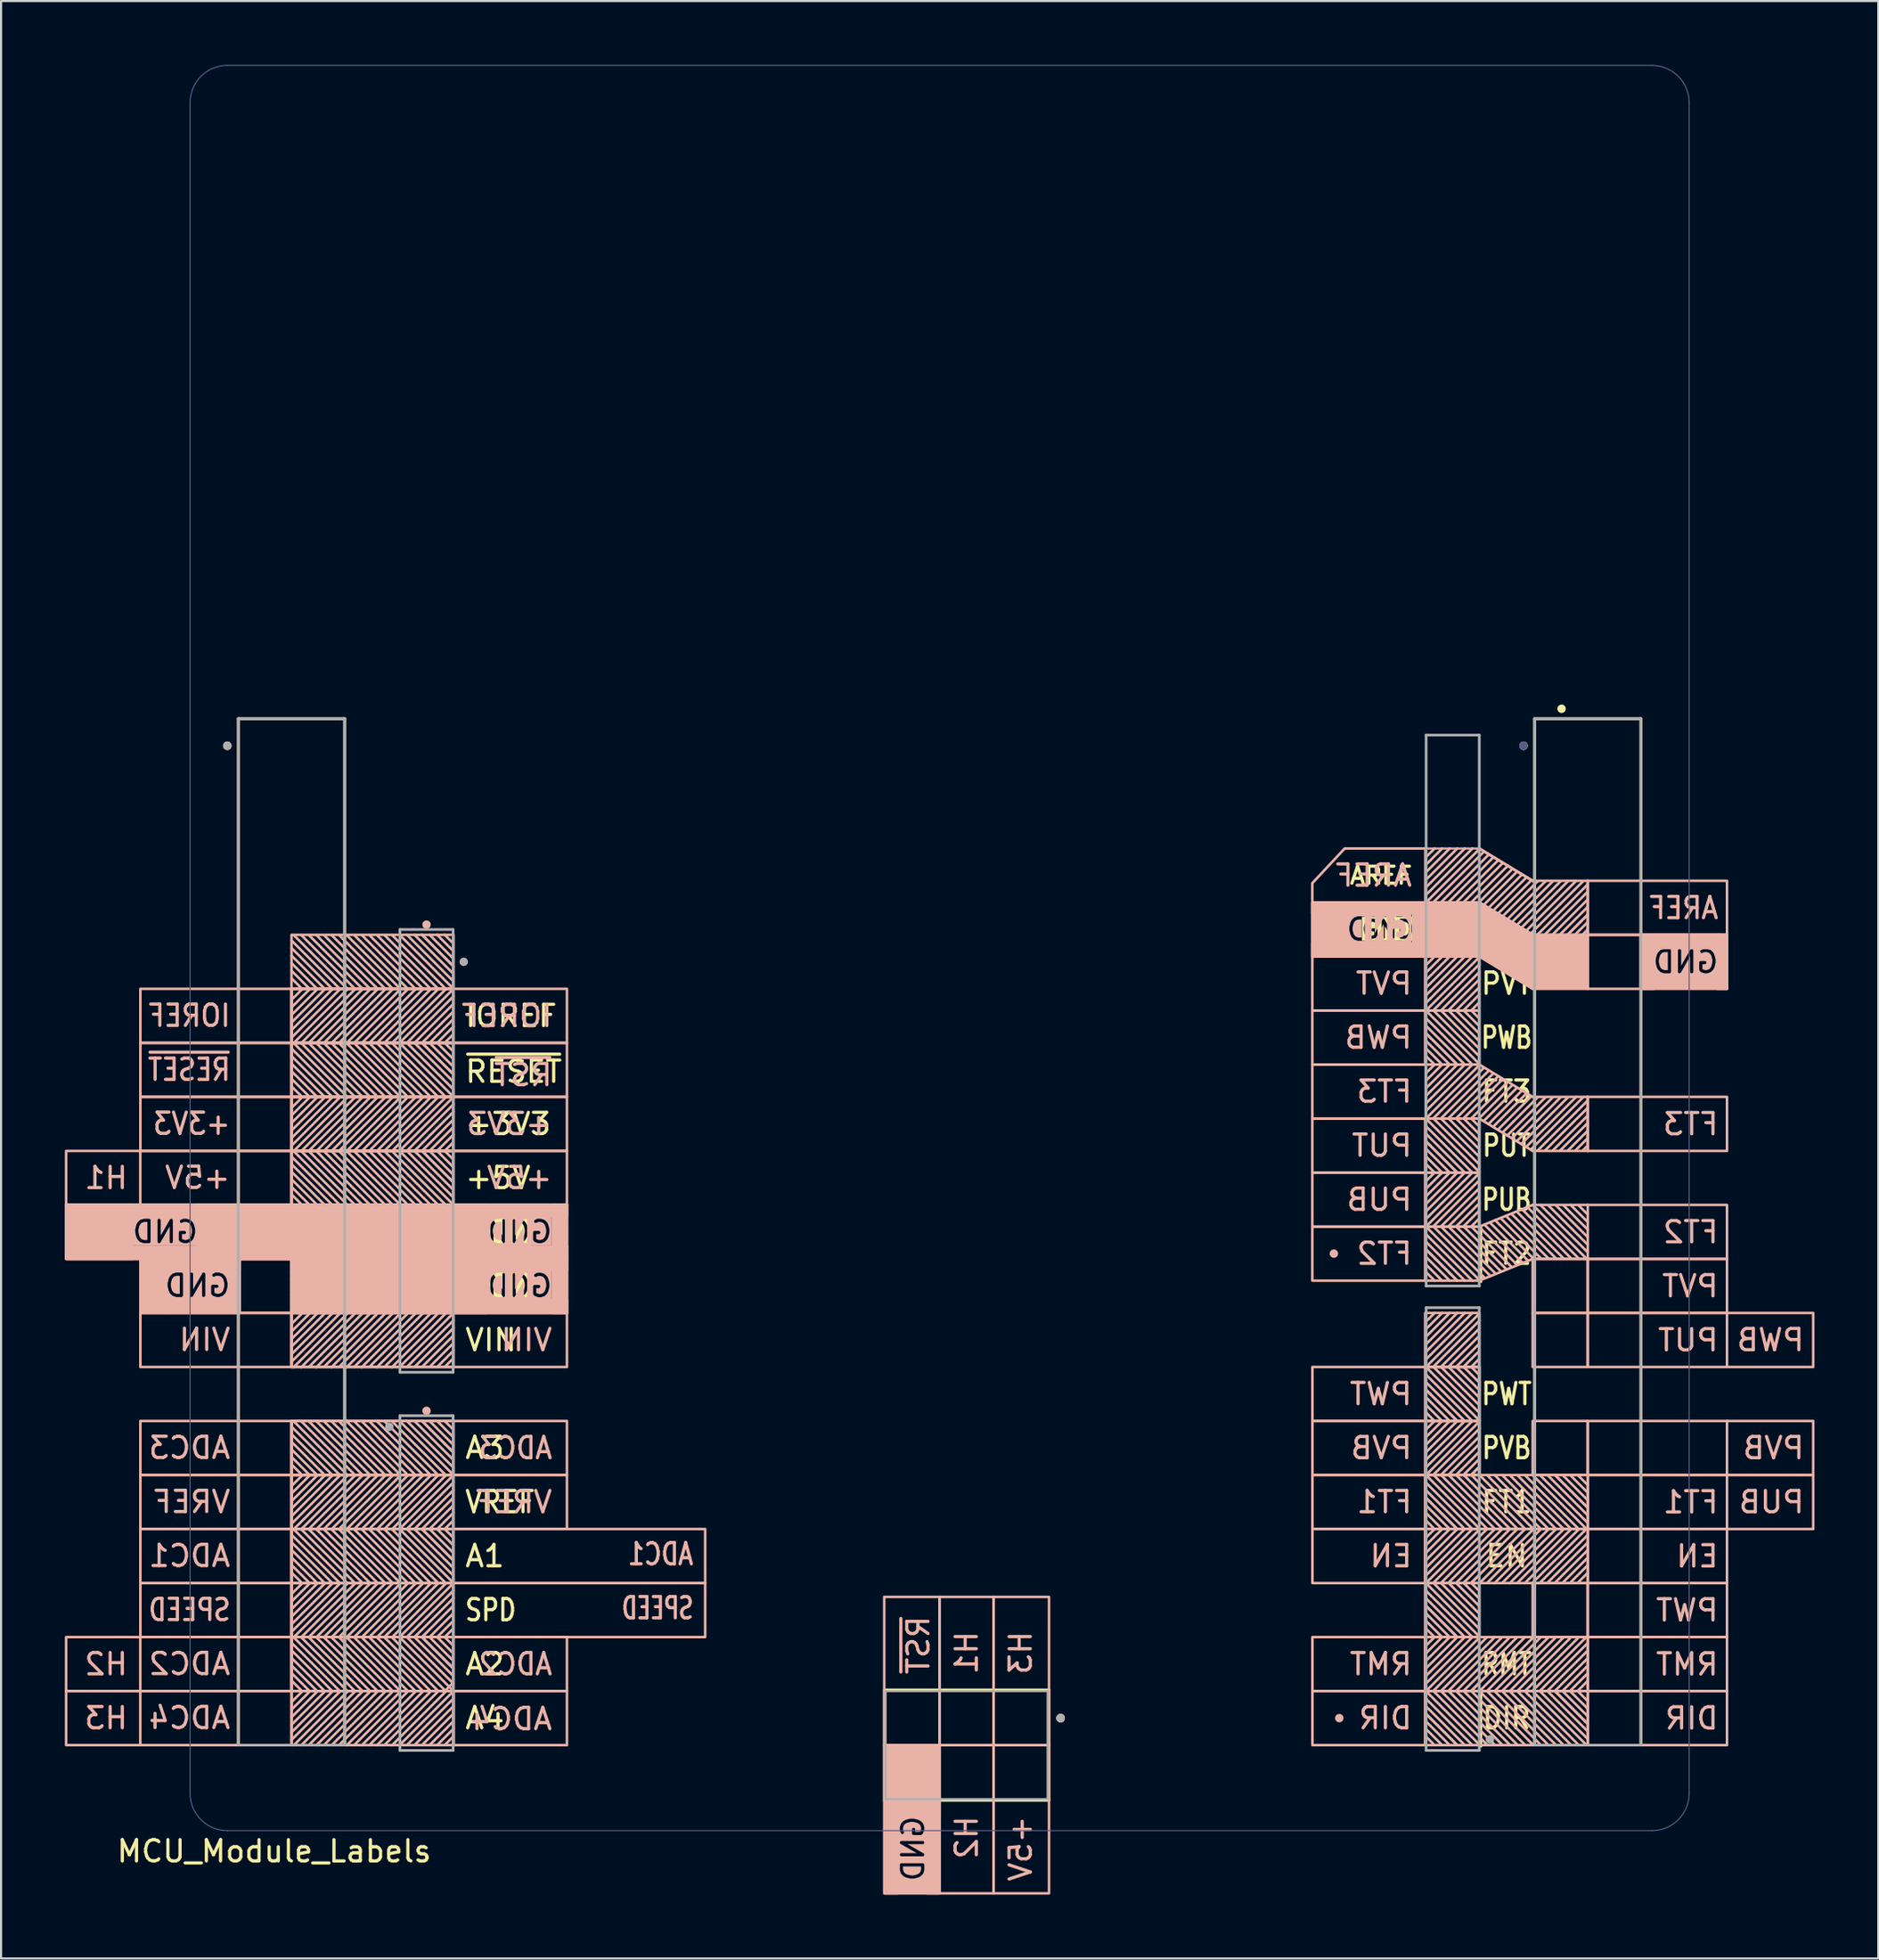
<source format=kicad_pcb>
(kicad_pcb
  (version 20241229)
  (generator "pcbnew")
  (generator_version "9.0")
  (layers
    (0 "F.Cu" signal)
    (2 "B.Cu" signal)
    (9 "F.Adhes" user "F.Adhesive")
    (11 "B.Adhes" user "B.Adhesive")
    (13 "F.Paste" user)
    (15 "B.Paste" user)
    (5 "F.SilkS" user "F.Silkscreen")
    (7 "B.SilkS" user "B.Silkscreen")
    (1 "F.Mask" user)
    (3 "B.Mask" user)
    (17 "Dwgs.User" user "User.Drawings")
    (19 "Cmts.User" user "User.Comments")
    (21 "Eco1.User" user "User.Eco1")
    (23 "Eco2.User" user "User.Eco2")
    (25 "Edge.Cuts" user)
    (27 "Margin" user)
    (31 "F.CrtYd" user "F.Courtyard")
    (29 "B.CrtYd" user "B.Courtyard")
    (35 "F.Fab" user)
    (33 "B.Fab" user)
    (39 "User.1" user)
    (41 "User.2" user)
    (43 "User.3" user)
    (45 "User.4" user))
  (footprint "MCU_Module_Labels"
    (layer "F.Cu")
    (at 41.139 41.525)
    (property "Reference" "MCU_Module_Labels" (at -31.293 42.469 0) (layer "F.SilkS") (effects (font (size 1 1) (thickness 0.15))))
    (attr board_only exclude_from_pos_files exclude_from_bom allow_missing_courtyard)
    (fp_line (start -32.98 -10.78) (end -32.98 37.48) (stroke (width 0.127) (type solid)) (layer "F.SilkS"))
    (fp_line (start -32.98 37.48) (end -27.98 37.48) (stroke (width 0.127) (type solid)) (layer "F.SilkS"))
    (fp_line (start -27.98 -10.78) (end -32.98 -10.78) (stroke (width 0.127) (type solid)) (layer "F.SilkS"))
    (fp_line (start -27.98 37.48) (end -27.98 -10.78) (stroke (width 0.127) (type solid)) (layer "F.SilkS"))
    (fp_line (start -2.6 34.88) (end -2.6 40.08) (stroke (width 0.12) (type solid)) (layer "F.SilkS"))
    (fp_line (start 5.14 34.88) (end -2.6 34.88) (stroke (width 0.12) (type solid)) (layer "F.SilkS"))
    (fp_line (start 5.14 34.88) (end 5.14 40.08) (stroke (width 0.12) (type solid)) (layer "F.SilkS"))
    (fp_line (start 5.14 40.08) (end -2.6 40.08) (stroke (width 0.12) (type solid)) (layer "F.SilkS"))
    (fp_line (start 25.459 13.13) (end 25.459 15.69) (stroke (width 0.12) (type solid)) (layer "F.SilkS"))
    (fp_line (start 25.459 34.974) (end 25.459 37.534) (stroke (width 0.12) (type solid)) (layer "F.SilkS"))
    (fp_line (start 27.98 -10.78) (end 27.98 37.48) (stroke (width 0.127) (type solid)) (layer "F.SilkS"))
    (fp_line (start 27.98 37.48) (end 32.98 37.48) (stroke (width 0.127) (type solid)) (layer "F.SilkS"))
    (fp_line (start 32.98 -10.78) (end 27.98 -10.78) (stroke (width 0.127) (type solid)) (layer "F.SilkS"))
    (fp_line (start 32.98 37.48) (end 32.98 -10.78) (stroke (width 0.127) (type solid)) (layer "F.SilkS"))
    (fp_circle (center -33.5 -9.51) (end -33.4 -9.51) (stroke (width 0.2) (type solid)) (fill no) (layer "F.SilkS"))
    (fp_circle (center 5.69 36.21) (end 5.59 36.21) (stroke (width 0.2) (type solid)) (fill no) (layer "F.SilkS"))
    (fp_circle (center 29.25 -11.25) (end 29.35 -11.25) (stroke (width 0.2) (type solid)) (fill no) (layer "F.SilkS"))
    (fp_line (start -37.592 12.07) (end -37.592 9.56) (stroke (width 0.12) (type default)) (layer "B.SilkS"))
    (fp_line (start -37.592 34.93) (end -37.592 32.42) (stroke (width 0.12) (type default)) (layer "B.SilkS"))
    (fp_line (start -37.592 37.47) (end -37.592 34.96) (stroke (width 0.12) (type default)) (layer "B.SilkS"))
    (fp_line (start -30.48 0) (end -28.6 1.88) (stroke (width 0.12) (type solid)) (layer "B.SilkS"))
    (fp_line (start -30.48 0.356) (end -28.956 1.88) (stroke (width 0.12) (type solid)) (layer "B.SilkS"))
    (fp_line (start -30.48 0.711) (end -29.312 1.88) (stroke (width 0.12) (type solid)) (layer "B.SilkS"))
    (fp_line (start -30.48 1.067) (end -29.667 1.88) (stroke (width 0.12) (type solid)) (layer "B.SilkS"))
    (fp_line (start -30.48 1.422) (end -30.023 1.88) (stroke (width 0.12) (type solid)) (layer "B.SilkS"))
    (fp_line (start -30.48 2.438) (end -29.972 1.93) (stroke (width 0.12) (type solid)) (layer "B.SilkS"))
    (fp_line (start -30.48 2.794) (end -29.616 1.93) (stroke (width 0.12) (type solid)) (layer "B.SilkS"))
    (fp_line (start -30.48 3.15) (end -29.261 1.93) (stroke (width 0.12) (type solid)) (layer "B.SilkS"))
    (fp_line (start -30.48 3.505) (end -28.905 1.93) (stroke (width 0.12) (type solid)) (layer "B.SilkS"))
    (fp_line (start -30.48 3.861) (end -28.55 1.93) (stroke (width 0.12) (type solid)) (layer "B.SilkS"))
    (fp_line (start -30.48 5.08) (end -28.6 6.96) (stroke (width 0.12) (type solid)) (layer "B.SilkS"))
    (fp_line (start -30.48 5.436) (end -28.956 6.96) (stroke (width 0.12) (type solid)) (layer "B.SilkS"))
    (fp_line (start -30.48 5.791) (end -29.312 6.96) (stroke (width 0.12) (type solid)) (layer "B.SilkS"))
    (fp_line (start -30.48 6.147) (end -29.667 6.96) (stroke (width 0.12) (type solid)) (layer "B.SilkS"))
    (fp_line (start -30.48 6.502) (end -30.023 6.96) (stroke (width 0.12) (type solid)) (layer "B.SilkS"))
    (fp_line (start -30.48 7.518) (end -29.972 7.01) (stroke (width 0.12) (type solid)) (layer "B.SilkS"))
    (fp_line (start -30.48 7.874) (end -29.616 7.01) (stroke (width 0.12) (type solid)) (layer "B.SilkS"))
    (fp_line (start -30.48 8.23) (end -29.261 7.01) (stroke (width 0.12) (type solid)) (layer "B.SilkS"))
    (fp_line (start -30.48 8.585) (end -28.905 7.01) (stroke (width 0.12) (type solid)) (layer "B.SilkS"))
    (fp_line (start -30.48 8.941) (end -28.55 7.01) (stroke (width 0.12) (type solid)) (layer "B.SilkS"))
    (fp_line (start -30.48 10.16) (end -28.6 12.04) (stroke (width 0.12) (type solid)) (layer "B.SilkS"))
    (fp_line (start -30.48 10.516) (end -28.956 12.04) (stroke (width 0.12) (type solid)) (layer "B.SilkS"))
    (fp_line (start -30.48 10.871) (end -29.312 12.04) (stroke (width 0.12) (type solid)) (layer "B.SilkS"))
    (fp_line (start -30.48 11.227) (end -29.667 12.04) (stroke (width 0.12) (type solid)) (layer "B.SilkS"))
    (fp_line (start -30.48 11.582) (end -30.023 12.04) (stroke (width 0.12) (type solid)) (layer "B.SilkS"))
    (fp_line (start -30.48 12.598) (end -29.972 12.09) (stroke (width 0.12) (type solid)) (layer "B.SilkS"))
    (fp_line (start -30.48 12.954) (end -29.616 12.09) (stroke (width 0.12) (type solid)) (layer "B.SilkS"))
    (fp_line (start -30.48 13.31) (end -29.261 12.09) (stroke (width 0.12) (type solid)) (layer "B.SilkS"))
    (fp_line (start -30.48 13.665) (end -28.905 12.09) (stroke (width 0.12) (type solid)) (layer "B.SilkS"))
    (fp_line (start -30.48 14.021) (end -28.55 12.09) (stroke (width 0.12) (type solid)) (layer "B.SilkS"))
    (fp_line (start -30.48 15.24) (end -28.6 17.12) (stroke (width 0.12) (type solid)) (layer "B.SilkS"))
    (fp_line (start -30.48 15.596) (end -28.956 17.12) (stroke (width 0.12) (type solid)) (layer "B.SilkS"))
    (fp_line (start -30.48 15.951) (end -29.312 17.12) (stroke (width 0.12) (type solid)) (layer "B.SilkS"))
    (fp_line (start -30.48 16.307) (end -29.667 17.12) (stroke (width 0.12) (type solid)) (layer "B.SilkS"))
    (fp_line (start -30.48 16.662) (end -30.023 17.12) (stroke (width 0.12) (type solid)) (layer "B.SilkS"))
    (fp_line (start -30.48 17.678) (end -29.972 17.17) (stroke (width 0.12) (type solid)) (layer "B.SilkS"))
    (fp_line (start -30.48 18.034) (end -29.616 17.17) (stroke (width 0.12) (type solid)) (layer "B.SilkS"))
    (fp_line (start -30.48 18.39) (end -29.261 17.17) (stroke (width 0.12) (type solid)) (layer "B.SilkS"))
    (fp_line (start -30.48 18.745) (end -28.905 17.17) (stroke (width 0.12) (type solid)) (layer "B.SilkS"))
    (fp_line (start -30.48 19.101) (end -28.55 17.17) (stroke (width 0.12) (type solid)) (layer "B.SilkS"))
    (fp_line (start -30.48 22.86) (end -28.6 24.74) (stroke (width 0.12) (type solid)) (layer "B.SilkS"))
    (fp_line (start -30.48 23.216) (end -28.956 24.74) (stroke (width 0.12) (type solid)) (layer "B.SilkS"))
    (fp_line (start -30.48 23.571) (end -29.312 24.74) (stroke (width 0.12) (type solid)) (layer "B.SilkS"))
    (fp_line (start -30.48 23.927) (end -29.667 24.74) (stroke (width 0.12) (type solid)) (layer "B.SilkS"))
    (fp_line (start -30.48 24.282) (end -30.023 24.74) (stroke (width 0.12) (type solid)) (layer "B.SilkS"))
    (fp_line (start -30.48 25.298) (end -29.972 24.79) (stroke (width 0.12) (type solid)) (layer "B.SilkS"))
    (fp_line (start -30.48 25.654) (end -29.616 24.79) (stroke (width 0.12) (type solid)) (layer "B.SilkS"))
    (fp_line (start -30.48 26.01) (end -29.261 24.79) (stroke (width 0.12) (type solid)) (layer "B.SilkS"))
    (fp_line (start -30.48 26.365) (end -28.905 24.79) (stroke (width 0.12) (type solid)) (layer "B.SilkS"))
    (fp_line (start -30.48 26.721) (end -28.55 24.79) (stroke (width 0.12) (type solid)) (layer "B.SilkS"))
    (fp_line (start -30.48 27.94) (end -28.6 29.82) (stroke (width 0.12) (type solid)) (layer "B.SilkS"))
    (fp_line (start -30.48 28.296) (end -28.956 29.82) (stroke (width 0.12) (type solid)) (layer "B.SilkS"))
    (fp_line (start -30.48 28.651) (end -29.312 29.82) (stroke (width 0.12) (type solid)) (layer "B.SilkS"))
    (fp_line (start -30.48 29.007) (end -29.667 29.82) (stroke (width 0.12) (type solid)) (layer "B.SilkS"))
    (fp_line (start -30.48 29.362) (end -30.023 29.82) (stroke (width 0.12) (type solid)) (layer "B.SilkS"))
    (fp_line (start -30.48 30.378) (end -29.972 29.87) (stroke (width 0.12) (type solid)) (layer "B.SilkS"))
    (fp_line (start -30.48 30.734) (end -29.616 29.87) (stroke (width 0.12) (type solid)) (layer "B.SilkS"))
    (fp_line (start -30.48 31.09) (end -29.261 29.87) (stroke (width 0.12) (type solid)) (layer "B.SilkS"))
    (fp_line (start -30.48 31.445) (end -28.905 29.87) (stroke (width 0.12) (type solid)) (layer "B.SilkS"))
    (fp_line (start -30.48 31.801) (end -28.55 29.87) (stroke (width 0.12) (type solid)) (layer "B.SilkS"))
    (fp_line (start -30.48 33.02) (end -28.6 34.9) (stroke (width 0.12) (type solid)) (layer "B.SilkS"))
    (fp_line (start -30.48 33.376) (end -28.956 34.9) (stroke (width 0.12) (type solid)) (layer "B.SilkS"))
    (fp_line (start -30.48 33.731) (end -29.312 34.9) (stroke (width 0.12) (type solid)) (layer "B.SilkS"))
    (fp_line (start -30.48 34.087) (end -29.667 34.9) (stroke (width 0.12) (type solid)) (layer "B.SilkS"))
    (fp_line (start -30.48 34.442) (end -30.023 34.9) (stroke (width 0.12) (type solid)) (layer "B.SilkS"))
    (fp_line (start -30.48 35.458) (end -29.972 34.95) (stroke (width 0.12) (type solid)) (layer "B.SilkS"))
    (fp_line (start -30.48 35.814) (end -29.616 34.95) (stroke (width 0.12) (type solid)) (layer "B.SilkS"))
    (fp_line (start -30.48 36.17) (end -29.261 34.95) (stroke (width 0.12) (type solid)) (layer "B.SilkS"))
    (fp_line (start -30.48 36.525) (end -28.905 34.95) (stroke (width 0.12) (type solid)) (layer "B.SilkS"))
    (fp_line (start -30.48 36.881) (end -28.55 34.95) (stroke (width 0.12) (type solid)) (layer "B.SilkS"))
    (fp_line (start -30.474 -0.35) (end -28.21 1.914) (stroke (width 0.12) (type solid)) (layer "B.SilkS"))
    (fp_line (start -30.474 4.73) (end -28.21 6.994) (stroke (width 0.12) (type solid)) (layer "B.SilkS"))
    (fp_line (start -30.474 9.81) (end -28.21 12.074) (stroke (width 0.12) (type solid)) (layer "B.SilkS"))
    (fp_line (start -30.474 14.89) (end -28.21 17.154) (stroke (width 0.12) (type solid)) (layer "B.SilkS"))
    (fp_line (start -30.474 22.51) (end -28.21 24.774) (stroke (width 0.12) (type solid)) (layer "B.SilkS"))
    (fp_line (start -30.474 27.59) (end -28.21 29.854) (stroke (width 0.12) (type solid)) (layer "B.SilkS"))
    (fp_line (start -30.474 32.67) (end -28.21 34.934) (stroke (width 0.12) (type solid)) (layer "B.SilkS"))
    (fp_line (start -30.378 -0.61) (end -27.854 1.914) (stroke (width 0.12) (type solid)) (layer "B.SilkS"))
    (fp_line (start -30.378 4.47) (end -27.854 6.994) (stroke (width 0.12) (type solid)) (layer "B.SilkS"))
    (fp_line (start -30.378 4.47) (end -27.838 1.93) (stroke (width 0.12) (type solid)) (layer "B.SilkS"))
    (fp_line (start -30.378 9.55) (end -27.854 12.074) (stroke (width 0.12) (type solid)) (layer "B.SilkS"))
    (fp_line (start -30.378 9.55) (end -27.838 7.01) (stroke (width 0.12) (type solid)) (layer "B.SilkS"))
    (fp_line (start -30.378 14.63) (end -27.854 17.154) (stroke (width 0.12) (type solid)) (layer "B.SilkS"))
    (fp_line (start -30.378 14.63) (end -27.838 12.09) (stroke (width 0.12) (type solid)) (layer "B.SilkS"))
    (fp_line (start -30.378 19.71) (end -27.838 17.17) (stroke (width 0.12) (type solid)) (layer "B.SilkS"))
    (fp_line (start -30.378 22.25) (end -27.854 24.774) (stroke (width 0.12) (type solid)) (layer "B.SilkS"))
    (fp_line (start -30.378 27.33) (end -27.854 29.854) (stroke (width 0.12) (type solid)) (layer "B.SilkS"))
    (fp_line (start -30.378 27.33) (end -27.838 24.79) (stroke (width 0.12) (type solid)) (layer "B.SilkS"))
    (fp_line (start -30.378 32.41) (end -27.854 34.934) (stroke (width 0.12) (type solid)) (layer "B.SilkS"))
    (fp_line (start -30.378 32.41) (end -27.838 29.87) (stroke (width 0.12) (type solid)) (layer "B.SilkS"))
    (fp_line (start -30.378 37.49) (end -27.838 34.95) (stroke (width 0.12) (type solid)) (layer "B.SilkS"))
    (fp_line (start -30.023 -0.61) (end -27.506 1.907) (stroke (width 0.12) (type solid)) (layer "B.SilkS"))
    (fp_line (start -30.023 4.47) (end -27.506 6.987) (stroke (width 0.12) (type solid)) (layer "B.SilkS"))
    (fp_line (start -30.023 4.47) (end -27.483 1.93) (stroke (width 0.12) (type solid)) (layer "B.SilkS"))
    (fp_line (start -30.023 9.55) (end -27.506 12.067) (stroke (width 0.12) (type solid)) (layer "B.SilkS"))
    (fp_line (start -30.023 9.55) (end -27.483 7.01) (stroke (width 0.12) (type solid)) (layer "B.SilkS"))
    (fp_line (start -30.023 14.63) (end -27.506 17.147) (stroke (width 0.12) (type solid)) (layer "B.SilkS"))
    (fp_line (start -30.023 14.63) (end -27.483 12.09) (stroke (width 0.12) (type solid)) (layer "B.SilkS"))
    (fp_line (start -30.023 19.71) (end -27.483 17.17) (stroke (width 0.12) (type solid)) (layer "B.SilkS"))
    (fp_line (start -30.023 22.25) (end -27.506 24.767) (stroke (width 0.12) (type solid)) (layer "B.SilkS"))
    (fp_line (start -30.023 27.33) (end -27.506 29.847) (stroke (width 0.12) (type solid)) (layer "B.SilkS"))
    (fp_line (start -30.023 27.33) (end -27.483 24.79) (stroke (width 0.12) (type solid)) (layer "B.SilkS"))
    (fp_line (start -30.023 32.41) (end -27.506 34.927) (stroke (width 0.12) (type solid)) (layer "B.SilkS"))
    (fp_line (start -30.023 32.41) (end -27.483 29.87) (stroke (width 0.12) (type solid)) (layer "B.SilkS"))
    (fp_line (start -30.023 37.49) (end -27.483 34.95) (stroke (width 0.12) (type solid)) (layer "B.SilkS"))
    (fp_line (start -29.667 -0.61) (end -27.143 1.914) (stroke (width 0.12) (type solid)) (layer "B.SilkS"))
    (fp_line (start -29.667 4.47) (end -27.143 6.994) (stroke (width 0.12) (type solid)) (layer "B.SilkS"))
    (fp_line (start -29.667 9.55) (end -27.143 12.074) (stroke (width 0.12) (type solid)) (layer "B.SilkS"))
    (fp_line (start -29.667 14.63) (end -27.143 17.154) (stroke (width 0.12) (type solid)) (layer "B.SilkS"))
    (fp_line (start -29.667 22.25) (end -27.143 24.774) (stroke (width 0.12) (type solid)) (layer "B.SilkS"))
    (fp_line (start -29.667 27.33) (end -27.143 29.854) (stroke (width 0.12) (type solid)) (layer "B.SilkS"))
    (fp_line (start -29.667 32.41) (end -27.143 34.934) (stroke (width 0.12) (type solid)) (layer "B.SilkS"))
    (fp_line (start -29.312 -0.61) (end -26.788 1.914) (stroke (width 0.12) (type solid)) (layer "B.SilkS"))
    (fp_line (start -29.312 4.47) (end -26.788 6.994) (stroke (width 0.12) (type solid)) (layer "B.SilkS"))
    (fp_line (start -29.312 4.47) (end -26.772 1.93) (stroke (width 0.12) (type solid)) (layer "B.SilkS"))
    (fp_line (start -29.312 9.55) (end -26.788 12.074) (stroke (width 0.12) (type solid)) (layer "B.SilkS"))
    (fp_line (start -29.312 9.55) (end -26.772 7.01) (stroke (width 0.12) (type solid)) (layer "B.SilkS"))
    (fp_line (start -29.312 14.63) (end -26.788 17.154) (stroke (width 0.12) (type solid)) (layer "B.SilkS"))
    (fp_line (start -29.312 14.63) (end -26.772 12.09) (stroke (width 0.12) (type solid)) (layer "B.SilkS"))
    (fp_line (start -29.312 19.71) (end -26.772 17.17) (stroke (width 0.12) (type solid)) (layer "B.SilkS"))
    (fp_line (start -29.312 22.25) (end -26.788 24.774) (stroke (width 0.12) (type solid)) (layer "B.SilkS"))
    (fp_line (start -29.312 27.33) (end -26.788 29.854) (stroke (width 0.12) (type solid)) (layer "B.SilkS"))
    (fp_line (start -29.312 27.33) (end -26.772 24.79) (stroke (width 0.12) (type solid)) (layer "B.SilkS"))
    (fp_line (start -29.312 32.41) (end -26.788 34.934) (stroke (width 0.12) (type solid)) (layer "B.SilkS"))
    (fp_line (start -29.312 32.41) (end -26.772 29.87) (stroke (width 0.12) (type solid)) (layer "B.SilkS"))
    (fp_line (start -29.312 37.49) (end -26.772 34.95) (stroke (width 0.12) (type solid)) (layer "B.SilkS"))
    (fp_line (start -28.956 -0.61) (end -26.439 1.907) (stroke (width 0.12) (type solid)) (layer "B.SilkS"))
    (fp_line (start -28.956 4.47) (end -26.439 6.987) (stroke (width 0.12) (type solid)) (layer "B.SilkS"))
    (fp_line (start -28.956 9.55) (end -26.439 12.067) (stroke (width 0.12) (type solid)) (layer "B.SilkS"))
    (fp_line (start -28.956 14.63) (end -26.439 17.147) (stroke (width 0.12) (type solid)) (layer "B.SilkS"))
    (fp_line (start -28.956 22.25) (end -26.439 24.767) (stroke (width 0.12) (type solid)) (layer "B.SilkS"))
    (fp_line (start -28.956 27.33) (end -26.439 29.847) (stroke (width 0.12) (type solid)) (layer "B.SilkS"))
    (fp_line (start -28.956 32.41) (end -26.439 34.927) (stroke (width 0.12) (type solid)) (layer "B.SilkS"))
    (fp_line (start -28.6 -0.61) (end -26.076 1.914) (stroke (width 0.12) (type solid)) (layer "B.SilkS"))
    (fp_line (start -28.6 4.47) (end -26.076 6.994) (stroke (width 0.12) (type solid)) (layer "B.SilkS"))
    (fp_line (start -28.6 4.47) (end -26.06 1.93) (stroke (width 0.12) (type solid)) (layer "B.SilkS"))
    (fp_line (start -28.6 9.55) (end -26.076 12.074) (stroke (width 0.12) (type solid)) (layer "B.SilkS"))
    (fp_line (start -28.6 9.55) (end -26.06 7.01) (stroke (width 0.12) (type solid)) (layer "B.SilkS"))
    (fp_line (start -28.6 14.63) (end -26.076 17.154) (stroke (width 0.12) (type solid)) (layer "B.SilkS"))
    (fp_line (start -28.6 14.63) (end -26.06 12.09) (stroke (width 0.12) (type solid)) (layer "B.SilkS"))
    (fp_line (start -28.6 19.71) (end -26.06 17.17) (stroke (width 0.12) (type solid)) (layer "B.SilkS"))
    (fp_line (start -28.6 22.25) (end -26.076 24.774) (stroke (width 0.12) (type solid)) (layer "B.SilkS"))
    (fp_line (start -28.6 27.33) (end -26.076 29.854) (stroke (width 0.12) (type solid)) (layer "B.SilkS"))
    (fp_line (start -28.6 27.33) (end -26.06 24.79) (stroke (width 0.12) (type solid)) (layer "B.SilkS"))
    (fp_line (start -28.6 32.41) (end -26.076 34.934) (stroke (width 0.12) (type solid)) (layer "B.SilkS"))
    (fp_line (start -28.6 32.41) (end -26.06 29.87) (stroke (width 0.12) (type solid)) (layer "B.SilkS"))
    (fp_line (start -28.6 37.49) (end -26.06 34.95) (stroke (width 0.12) (type solid)) (layer "B.SilkS"))
    (fp_line (start -28.245 -0.61) (end -25.721 1.914) (stroke (width 0.12) (type solid)) (layer "B.SilkS"))
    (fp_line (start -28.245 4.47) (end -25.721 6.994) (stroke (width 0.12) (type solid)) (layer "B.SilkS"))
    (fp_line (start -28.245 9.55) (end -25.721 12.074) (stroke (width 0.12) (type solid)) (layer "B.SilkS"))
    (fp_line (start -28.245 14.63) (end -25.721 17.154) (stroke (width 0.12) (type solid)) (layer "B.SilkS"))
    (fp_line (start -28.245 22.25) (end -25.721 24.774) (stroke (width 0.12) (type solid)) (layer "B.SilkS"))
    (fp_line (start -28.245 27.33) (end -25.721 29.854) (stroke (width 0.12) (type solid)) (layer "B.SilkS"))
    (fp_line (start -28.245 32.41) (end -25.721 34.934) (stroke (width 0.12) (type solid)) (layer "B.SilkS"))
    (fp_line (start -28.21 1.946) (end -30.48 4.216) (stroke (width 0.12) (type solid)) (layer "B.SilkS"))
    (fp_line (start -28.21 7.026) (end -30.48 9.296) (stroke (width 0.12) (type solid)) (layer "B.SilkS"))
    (fp_line (start -28.21 12.106) (end -30.48 14.376) (stroke (width 0.12) (type solid)) (layer "B.SilkS"))
    (fp_line (start -28.21 17.186) (end -30.48 19.456) (stroke (width 0.12) (type solid)) (layer "B.SilkS"))
    (fp_line (start -28.21 24.806) (end -30.48 27.076) (stroke (width 0.12) (type solid)) (layer "B.SilkS"))
    (fp_line (start -28.21 29.886) (end -30.48 32.156) (stroke (width 0.12) (type solid)) (layer "B.SilkS"))
    (fp_line (start -28.21 34.966) (end -30.48 37.236) (stroke (width 0.12) (type solid)) (layer "B.SilkS"))
    (fp_line (start -27.889 -0.61) (end -25.372 1.907) (stroke (width 0.12) (type solid)) (layer "B.SilkS"))
    (fp_line (start -27.889 4.47) (end -25.372 6.987) (stroke (width 0.12) (type solid)) (layer "B.SilkS"))
    (fp_line (start -27.889 4.47) (end -25.349 1.93) (stroke (width 0.12) (type solid)) (layer "B.SilkS"))
    (fp_line (start -27.889 9.55) (end -25.372 12.067) (stroke (width 0.12) (type solid)) (layer "B.SilkS"))
    (fp_line (start -27.889 9.55) (end -25.349 7.01) (stroke (width 0.12) (type solid)) (layer "B.SilkS"))
    (fp_line (start -27.889 14.63) (end -25.372 17.147) (stroke (width 0.12) (type solid)) (layer "B.SilkS"))
    (fp_line (start -27.889 14.63) (end -25.349 12.09) (stroke (width 0.12) (type solid)) (layer "B.SilkS"))
    (fp_line (start -27.889 19.71) (end -25.349 17.17) (stroke (width 0.12) (type solid)) (layer "B.SilkS"))
    (fp_line (start -27.889 22.25) (end -25.372 24.767) (stroke (width 0.12) (type solid)) (layer "B.SilkS"))
    (fp_line (start -27.889 27.33) (end -25.372 29.847) (stroke (width 0.12) (type solid)) (layer "B.SilkS"))
    (fp_line (start -27.889 27.33) (end -25.349 24.79) (stroke (width 0.12) (type solid)) (layer "B.SilkS"))
    (fp_line (start -27.889 32.41) (end -25.372 34.927) (stroke (width 0.12) (type solid)) (layer "B.SilkS"))
    (fp_line (start -27.889 32.41) (end -25.349 29.87) (stroke (width 0.12) (type solid)) (layer "B.SilkS"))
    (fp_line (start -27.889 37.49) (end -25.349 34.95) (stroke (width 0.12) (type solid)) (layer "B.SilkS"))
    (fp_line (start -27.534 -0.61) (end -25.01 1.914) (stroke (width 0.12) (type solid)) (layer "B.SilkS"))
    (fp_line (start -27.534 4.47) (end -25.01 6.994) (stroke (width 0.12) (type solid)) (layer "B.SilkS"))
    (fp_line (start -27.534 9.55) (end -25.01 12.074) (stroke (width 0.12) (type solid)) (layer "B.SilkS"))
    (fp_line (start -27.534 14.63) (end -25.01 17.154) (stroke (width 0.12) (type solid)) (layer "B.SilkS"))
    (fp_line (start -27.534 22.25) (end -25.01 24.774) (stroke (width 0.12) (type solid)) (layer "B.SilkS"))
    (fp_line (start -27.534 27.33) (end -25.01 29.854) (stroke (width 0.12) (type solid)) (layer "B.SilkS"))
    (fp_line (start -27.534 32.41) (end -25.01 34.934) (stroke (width 0.12) (type solid)) (layer "B.SilkS"))
    (fp_line (start -27.178 -0.61) (end -24.654 1.914) (stroke (width 0.12) (type solid)) (layer "B.SilkS"))
    (fp_line (start -27.178 4.47) (end -24.654 6.994) (stroke (width 0.12) (type solid)) (layer "B.SilkS"))
    (fp_line (start -27.178 4.47) (end -24.638 1.93) (stroke (width 0.12) (type solid)) (layer "B.SilkS"))
    (fp_line (start -27.178 9.55) (end -24.654 12.074) (stroke (width 0.12) (type solid)) (layer "B.SilkS"))
    (fp_line (start -27.178 9.55) (end -24.638 7.01) (stroke (width 0.12) (type solid)) (layer "B.SilkS"))
    (fp_line (start -27.178 14.63) (end -24.654 17.154) (stroke (width 0.12) (type solid)) (layer "B.SilkS"))
    (fp_line (start -27.178 14.63) (end -24.638 12.09) (stroke (width 0.12) (type solid)) (layer "B.SilkS"))
    (fp_line (start -27.178 19.71) (end -24.638 17.17) (stroke (width 0.12) (type solid)) (layer "B.SilkS"))
    (fp_line (start -27.178 22.25) (end -24.654 24.774) (stroke (width 0.12) (type solid)) (layer "B.SilkS"))
    (fp_line (start -27.178 27.33) (end -24.654 29.854) (stroke (width 0.12) (type solid)) (layer "B.SilkS"))
    (fp_line (start -27.178 27.33) (end -24.638 24.79) (stroke (width 0.12) (type solid)) (layer "B.SilkS"))
    (fp_line (start -27.178 32.41) (end -24.654 34.934) (stroke (width 0.12) (type solid)) (layer "B.SilkS"))
    (fp_line (start -27.178 32.41) (end -24.638 29.87) (stroke (width 0.12) (type solid)) (layer "B.SilkS"))
    (fp_line (start -27.178 37.49) (end -24.638 34.95) (stroke (width 0.12) (type solid)) (layer "B.SilkS"))
    (fp_line (start -27.127 1.92) (end -29.667 4.46) (stroke (width 0.12) (type solid)) (layer "B.SilkS"))
    (fp_line (start -27.127 7) (end -29.667 9.54) (stroke (width 0.12) (type solid)) (layer "B.SilkS"))
    (fp_line (start -27.127 12.08) (end -29.667 14.62) (stroke (width 0.12) (type solid)) (layer "B.SilkS"))
    (fp_line (start -27.127 17.16) (end -29.667 19.7) (stroke (width 0.12) (type solid)) (layer "B.SilkS"))
    (fp_line (start -27.127 24.78) (end -29.667 27.32) (stroke (width 0.12) (type solid)) (layer "B.SilkS"))
    (fp_line (start -27.127 29.86) (end -29.667 32.4) (stroke (width 0.12) (type solid)) (layer "B.SilkS"))
    (fp_line (start -27.127 34.94) (end -29.667 37.48) (stroke (width 0.12) (type solid)) (layer "B.SilkS"))
    (fp_line (start -26.822 -0.61) (end -24.305 1.907) (stroke (width 0.12) (type solid)) (layer "B.SilkS"))
    (fp_line (start -26.822 4.47) (end -24.305 6.987) (stroke (width 0.12) (type solid)) (layer "B.SilkS"))
    (fp_line (start -26.822 9.55) (end -24.305 12.067) (stroke (width 0.12) (type solid)) (layer "B.SilkS"))
    (fp_line (start -26.822 14.63) (end -24.305 17.147) (stroke (width 0.12) (type solid)) (layer "B.SilkS"))
    (fp_line (start -26.822 22.25) (end -24.305 24.767) (stroke (width 0.12) (type solid)) (layer "B.SilkS"))
    (fp_line (start -26.822 27.33) (end -24.305 29.847) (stroke (width 0.12) (type solid)) (layer "B.SilkS"))
    (fp_line (start -26.822 32.41) (end -24.305 34.927) (stroke (width 0.12) (type solid)) (layer "B.SilkS"))
    (fp_line (start -26.467 -0.61) (end -23.943 1.914) (stroke (width 0.12) (type solid)) (layer "B.SilkS"))
    (fp_line (start -26.467 4.47) (end -23.943 6.994) (stroke (width 0.12) (type solid)) (layer "B.SilkS"))
    (fp_line (start -26.467 4.47) (end -23.927 1.93) (stroke (width 0.12) (type solid)) (layer "B.SilkS"))
    (fp_line (start -26.467 9.55) (end -23.943 12.074) (stroke (width 0.12) (type solid)) (layer "B.SilkS"))
    (fp_line (start -26.467 9.55) (end -23.927 7.01) (stroke (width 0.12) (type solid)) (layer "B.SilkS"))
    (fp_line (start -26.467 14.63) (end -23.943 17.154) (stroke (width 0.12) (type solid)) (layer "B.SilkS"))
    (fp_line (start -26.467 14.63) (end -23.927 12.09) (stroke (width 0.12) (type solid)) (layer "B.SilkS"))
    (fp_line (start -26.467 19.71) (end -23.927 17.17) (stroke (width 0.12) (type solid)) (layer "B.SilkS"))
    (fp_line (start -26.467 22.25) (end -23.943 24.774) (stroke (width 0.12) (type solid)) (layer "B.SilkS"))
    (fp_line (start -26.467 27.33) (end -23.943 29.854) (stroke (width 0.12) (type solid)) (layer "B.SilkS"))
    (fp_line (start -26.467 27.33) (end -23.927 24.79) (stroke (width 0.12) (type solid)) (layer "B.SilkS"))
    (fp_line (start -26.467 32.41) (end -23.943 34.934) (stroke (width 0.12) (type solid)) (layer "B.SilkS"))
    (fp_line (start -26.467 32.41) (end -23.927 29.87) (stroke (width 0.12) (type solid)) (layer "B.SilkS"))
    (fp_line (start -26.467 37.49) (end -23.927 34.95) (stroke (width 0.12) (type solid)) (layer "B.SilkS"))
    (fp_line (start -26.416 1.92) (end -28.956 4.46) (stroke (width 0.12) (type solid)) (layer "B.SilkS"))
    (fp_line (start -26.416 7) (end -28.956 9.54) (stroke (width 0.12) (type solid)) (layer "B.SilkS"))
    (fp_line (start -26.416 12.08) (end -28.956 14.62) (stroke (width 0.12) (type solid)) (layer "B.SilkS"))
    (fp_line (start -26.416 17.16) (end -28.956 19.7) (stroke (width 0.12) (type solid)) (layer "B.SilkS"))
    (fp_line (start -26.416 24.78) (end -28.956 27.32) (stroke (width 0.12) (type solid)) (layer "B.SilkS"))
    (fp_line (start -26.416 29.86) (end -28.956 32.4) (stroke (width 0.12) (type solid)) (layer "B.SilkS"))
    (fp_line (start -26.416 34.94) (end -28.956 37.48) (stroke (width 0.12) (type solid)) (layer "B.SilkS"))
    (fp_line (start -26.111 -0.61) (end -23.587 1.914) (stroke (width 0.12) (type solid)) (layer "B.SilkS"))
    (fp_line (start -26.111 4.47) (end -23.587 6.994) (stroke (width 0.12) (type solid)) (layer "B.SilkS"))
    (fp_line (start -26.111 9.55) (end -23.587 12.074) (stroke (width 0.12) (type solid)) (layer "B.SilkS"))
    (fp_line (start -26.111 14.63) (end -23.587 17.154) (stroke (width 0.12) (type solid)) (layer "B.SilkS"))
    (fp_line (start -26.111 22.25) (end -23.587 24.774) (stroke (width 0.12) (type solid)) (layer "B.SilkS"))
    (fp_line (start -26.111 27.33) (end -23.587 29.854) (stroke (width 0.12) (type solid)) (layer "B.SilkS"))
    (fp_line (start -26.111 32.41) (end -23.587 34.934) (stroke (width 0.12) (type solid)) (layer "B.SilkS"))
    (fp_line (start -25.756 -0.61) (end -23.239 1.907) (stroke (width 0.12) (type solid)) (layer "B.SilkS"))
    (fp_line (start -25.756 4.47) (end -23.239 6.987) (stroke (width 0.12) (type solid)) (layer "B.SilkS"))
    (fp_line (start -25.756 4.47) (end -23.216 1.93) (stroke (width 0.12) (type solid)) (layer "B.SilkS"))
    (fp_line (start -25.756 9.55) (end -23.239 12.067) (stroke (width 0.12) (type solid)) (layer "B.SilkS"))
    (fp_line (start -25.756 9.55) (end -23.216 7.01) (stroke (width 0.12) (type solid)) (layer "B.SilkS"))
    (fp_line (start -25.756 14.63) (end -23.239 17.147) (stroke (width 0.12) (type solid)) (layer "B.SilkS"))
    (fp_line (start -25.756 14.63) (end -23.216 12.09) (stroke (width 0.12) (type solid)) (layer "B.SilkS"))
    (fp_line (start -25.756 19.71) (end -23.216 17.17) (stroke (width 0.12) (type solid)) (layer "B.SilkS"))
    (fp_line (start -25.756 22.25) (end -23.239 24.767) (stroke (width 0.12) (type solid)) (layer "B.SilkS"))
    (fp_line (start -25.756 27.33) (end -23.239 29.847) (stroke (width 0.12) (type solid)) (layer "B.SilkS"))
    (fp_line (start -25.756 27.33) (end -23.216 24.79) (stroke (width 0.12) (type solid)) (layer "B.SilkS"))
    (fp_line (start -25.756 32.41) (end -23.239 34.927) (stroke (width 0.12) (type solid)) (layer "B.SilkS"))
    (fp_line (start -25.756 32.41) (end -23.216 29.87) (stroke (width 0.12) (type solid)) (layer "B.SilkS"))
    (fp_line (start -25.756 37.49) (end -23.216 34.95) (stroke (width 0.12) (type solid)) (layer "B.SilkS"))
    (fp_line (start -25.705 1.92) (end -28.245 4.46) (stroke (width 0.12) (type solid)) (layer "B.SilkS"))
    (fp_line (start -25.705 7) (end -28.245 9.54) (stroke (width 0.12) (type solid)) (layer "B.SilkS"))
    (fp_line (start -25.705 12.08) (end -28.245 14.62) (stroke (width 0.12) (type solid)) (layer "B.SilkS"))
    (fp_line (start -25.705 17.16) (end -28.245 19.7) (stroke (width 0.12) (type solid)) (layer "B.SilkS"))
    (fp_line (start -25.705 24.78) (end -28.245 27.32) (stroke (width 0.12) (type solid)) (layer "B.SilkS"))
    (fp_line (start -25.705 29.86) (end -28.245 32.4) (stroke (width 0.12) (type solid)) (layer "B.SilkS"))
    (fp_line (start -25.705 34.94) (end -28.245 37.48) (stroke (width 0.12) (type solid)) (layer "B.SilkS"))
    (fp_line (start -25.4 -0.62) (end -22.86 1.92) (stroke (width 0.12) (type solid)) (layer "B.SilkS"))
    (fp_line (start -25.4 4.46) (end -22.86 7) (stroke (width 0.12) (type solid)) (layer "B.SilkS"))
    (fp_line (start -25.4 9.54) (end -22.86 12.08) (stroke (width 0.12) (type solid)) (layer "B.SilkS"))
    (fp_line (start -25.4 14.62) (end -22.86 17.16) (stroke (width 0.12) (type solid)) (layer "B.SilkS"))
    (fp_line (start -25.4 22.24) (end -22.86 24.78) (stroke (width 0.12) (type solid)) (layer "B.SilkS"))
    (fp_line (start -25.4 27.32) (end -22.86 29.86) (stroke (width 0.12) (type solid)) (layer "B.SilkS"))
    (fp_line (start -25.4 32.4) (end -22.86 34.94) (stroke (width 0.12) (type solid)) (layer "B.SilkS"))
    (fp_line (start -25.055 -0.62) (end -22.87 1.564) (stroke (width 0.12) (type solid)) (layer "B.SilkS"))
    (fp_line (start -25.055 4.46) (end -22.87 6.644) (stroke (width 0.12) (type solid)) (layer "B.SilkS"))
    (fp_line (start -25.055 4.46) (end -22.86 2.265) (stroke (width 0.12) (type solid)) (layer "B.SilkS"))
    (fp_line (start -25.055 9.54) (end -22.87 11.724) (stroke (width 0.12) (type solid)) (layer "B.SilkS"))
    (fp_line (start -25.055 9.54) (end -22.86 7.345) (stroke (width 0.12) (type solid)) (layer "B.SilkS"))
    (fp_line (start -25.055 14.62) (end -22.87 16.804) (stroke (width 0.12) (type solid)) (layer "B.SilkS"))
    (fp_line (start -25.055 14.62) (end -22.86 12.425) (stroke (width 0.12) (type solid)) (layer "B.SilkS"))
    (fp_line (start -25.055 19.7) (end -22.86 17.505) (stroke (width 0.12) (type solid)) (layer "B.SilkS"))
    (fp_line (start -25.055 22.24) (end -22.87 24.424) (stroke (width 0.12) (type solid)) (layer "B.SilkS"))
    (fp_line (start -25.055 27.32) (end -22.87 29.504) (stroke (width 0.12) (type solid)) (layer "B.SilkS"))
    (fp_line (start -25.055 27.32) (end -22.86 25.125) (stroke (width 0.12) (type solid)) (layer "B.SilkS"))
    (fp_line (start -25.055 32.4) (end -22.87 34.584) (stroke (width 0.12) (type solid)) (layer "B.SilkS"))
    (fp_line (start -25.055 32.4) (end -22.86 30.205) (stroke (width 0.12) (type solid)) (layer "B.SilkS"))
    (fp_line (start -25.055 37.48) (end -22.86 35.285) (stroke (width 0.12) (type solid)) (layer "B.SilkS"))
    (fp_line (start -24.994 1.92) (end -27.534 4.46) (stroke (width 0.12) (type solid)) (layer "B.SilkS"))
    (fp_line (start -24.994 7) (end -27.534 9.54) (stroke (width 0.12) (type solid)) (layer "B.SilkS"))
    (fp_line (start -24.994 12.08) (end -27.534 14.62) (stroke (width 0.12) (type solid)) (layer "B.SilkS"))
    (fp_line (start -24.994 17.16) (end -27.534 19.7) (stroke (width 0.12) (type solid)) (layer "B.SilkS"))
    (fp_line (start -24.994 24.78) (end -27.534 27.32) (stroke (width 0.12) (type solid)) (layer "B.SilkS"))
    (fp_line (start -24.994 29.86) (end -27.534 32.4) (stroke (width 0.12) (type solid)) (layer "B.SilkS"))
    (fp_line (start -24.994 34.94) (end -27.534 37.48) (stroke (width 0.12) (type solid)) (layer "B.SilkS"))
    (fp_line (start -24.699 4.46) (end -22.86 2.621) (stroke (width 0.12) (type solid)) (layer "B.SilkS"))
    (fp_line (start -24.699 9.54) (end -22.86 7.701) (stroke (width 0.12) (type solid)) (layer "B.SilkS"))
    (fp_line (start -24.699 14.62) (end -22.86 12.781) (stroke (width 0.12) (type solid)) (layer "B.SilkS"))
    (fp_line (start -24.699 19.7) (end -22.86 17.861) (stroke (width 0.12) (type solid)) (layer "B.SilkS"))
    (fp_line (start -24.699 27.32) (end -22.86 25.481) (stroke (width 0.12) (type solid)) (layer "B.SilkS"))
    (fp_line (start -24.699 32.4) (end -22.86 30.561) (stroke (width 0.12) (type solid)) (layer "B.SilkS"))
    (fp_line (start -24.699 37.48) (end -22.86 35.641) (stroke (width 0.12) (type solid)) (layer "B.SilkS"))
    (fp_line (start -24.344 -0.62) (end -22.87 0.853) (stroke (width 0.12) (type solid)) (layer "B.SilkS"))
    (fp_line (start -24.344 4.46) (end -22.881 2.997) (stroke (width 0.12) (type solid)) (layer "B.SilkS"))
    (fp_line (start -24.344 4.46) (end -22.87 5.933) (stroke (width 0.12) (type solid)) (layer "B.SilkS"))
    (fp_line (start -24.344 9.54) (end -22.881 8.077) (stroke (width 0.12) (type solid)) (layer "B.SilkS"))
    (fp_line (start -24.344 9.54) (end -22.87 11.013) (stroke (width 0.12) (type solid)) (layer "B.SilkS"))
    (fp_line (start -24.344 14.62) (end -22.881 13.157) (stroke (width 0.12) (type solid)) (layer "B.SilkS"))
    (fp_line (start -24.344 14.62) (end -22.87 16.093) (stroke (width 0.12) (type solid)) (layer "B.SilkS"))
    (fp_line (start -24.344 19.7) (end -22.881 18.237) (stroke (width 0.12) (type solid)) (layer "B.SilkS"))
    (fp_line (start -24.344 22.24) (end -22.87 23.713) (stroke (width 0.12) (type solid)) (layer "B.SilkS"))
    (fp_line (start -24.344 27.32) (end -22.881 25.857) (stroke (width 0.12) (type solid)) (layer "B.SilkS"))
    (fp_line (start -24.344 27.32) (end -22.87 28.793) (stroke (width 0.12) (type solid)) (layer "B.SilkS"))
    (fp_line (start -24.344 32.4) (end -22.881 30.937) (stroke (width 0.12) (type solid)) (layer "B.SilkS"))
    (fp_line (start -24.344 32.4) (end -22.87 33.873) (stroke (width 0.12) (type solid)) (layer "B.SilkS"))
    (fp_line (start -24.344 37.48) (end -22.881 36.017) (stroke (width 0.12) (type solid)) (layer "B.SilkS"))
    (fp_line (start -24.282 1.92) (end -26.822 4.46) (stroke (width 0.12) (type solid)) (layer "B.SilkS"))
    (fp_line (start -24.282 7) (end -26.822 9.54) (stroke (width 0.12) (type solid)) (layer "B.SilkS"))
    (fp_line (start -24.282 12.08) (end -26.822 14.62) (stroke (width 0.12) (type solid)) (layer "B.SilkS"))
    (fp_line (start -24.282 17.16) (end -26.822 19.7) (stroke (width 0.12) (type solid)) (layer "B.SilkS"))
    (fp_line (start -24.282 24.78) (end -26.822 27.32) (stroke (width 0.12) (type solid)) (layer "B.SilkS"))
    (fp_line (start -24.282 29.86) (end -26.822 32.4) (stroke (width 0.12) (type solid)) (layer "B.SilkS"))
    (fp_line (start -24.282 34.94) (end -26.822 37.48) (stroke (width 0.12) (type solid)) (layer "B.SilkS"))
    (fp_line (start -23.988 -0.62) (end -22.87 0.498) (stroke (width 0.12) (type solid)) (layer "B.SilkS"))
    (fp_line (start -23.988 4.46) (end -22.881 3.353) (stroke (width 0.12) (type solid)) (layer "B.SilkS"))
    (fp_line (start -23.988 4.46) (end -22.87 5.578) (stroke (width 0.12) (type solid)) (layer "B.SilkS"))
    (fp_line (start -23.988 9.54) (end -22.881 8.433) (stroke (width 0.12) (type solid)) (layer "B.SilkS"))
    (fp_line (start -23.988 9.54) (end -22.87 10.658) (stroke (width 0.12) (type solid)) (layer "B.SilkS"))
    (fp_line (start -23.988 14.62) (end -22.881 13.513) (stroke (width 0.12) (type solid)) (layer "B.SilkS"))
    (fp_line (start -23.988 14.62) (end -22.87 15.738) (stroke (width 0.12) (type solid)) (layer "B.SilkS"))
    (fp_line (start -23.988 19.7) (end -22.881 18.593) (stroke (width 0.12) (type solid)) (layer "B.SilkS"))
    (fp_line (start -23.988 22.24) (end -22.87 23.358) (stroke (width 0.12) (type solid)) (layer "B.SilkS"))
    (fp_line (start -23.988 27.32) (end -22.881 26.213) (stroke (width 0.12) (type solid)) (layer "B.SilkS"))
    (fp_line (start -23.988 27.32) (end -22.87 28.438) (stroke (width 0.12) (type solid)) (layer "B.SilkS"))
    (fp_line (start -23.988 32.4) (end -22.881 31.293) (stroke (width 0.12) (type solid)) (layer "B.SilkS"))
    (fp_line (start -23.988 32.4) (end -22.87 33.518) (stroke (width 0.12) (type solid)) (layer "B.SilkS"))
    (fp_line (start -23.988 37.48) (end -22.881 36.373) (stroke (width 0.12) (type solid)) (layer "B.SilkS"))
    (fp_line (start -23.632 -0.62) (end -22.87 0.142) (stroke (width 0.12) (type solid)) (layer "B.SilkS"))
    (fp_line (start -23.632 4.46) (end -22.87 5.222) (stroke (width 0.12) (type solid)) (layer "B.SilkS"))
    (fp_line (start -23.632 4.46) (end -22.86 3.688) (stroke (width 0.12) (type solid)) (layer "B.SilkS"))
    (fp_line (start -23.632 9.54) (end -22.87 10.302) (stroke (width 0.12) (type solid)) (layer "B.SilkS"))
    (fp_line (start -23.632 9.54) (end -22.86 8.768) (stroke (width 0.12) (type solid)) (layer "B.SilkS"))
    (fp_line (start -23.632 14.62) (end -22.87 15.382) (stroke (width 0.12) (type solid)) (layer "B.SilkS"))
    (fp_line (start -23.632 14.62) (end -22.86 13.848) (stroke (width 0.12) (type solid)) (layer "B.SilkS"))
    (fp_line (start -23.632 19.7) (end -22.86 18.928) (stroke (width 0.12) (type solid)) (layer "B.SilkS"))
    (fp_line (start -23.632 22.24) (end -22.87 23.002) (stroke (width 0.12) (type solid)) (layer "B.SilkS"))
    (fp_line (start -23.632 27.32) (end -22.87 28.082) (stroke (width 0.12) (type solid)) (layer "B.SilkS"))
    (fp_line (start -23.632 27.32) (end -22.86 26.548) (stroke (width 0.12) (type solid)) (layer "B.SilkS"))
    (fp_line (start -23.632 32.4) (end -22.87 33.162) (stroke (width 0.12) (type solid)) (layer "B.SilkS"))
    (fp_line (start -23.632 32.4) (end -22.86 31.628) (stroke (width 0.12) (type solid)) (layer "B.SilkS"))
    (fp_line (start -23.632 37.48) (end -22.86 36.708) (stroke (width 0.12) (type solid)) (layer "B.SilkS"))
    (fp_line (start -23.571 1.92) (end -26.111 4.46) (stroke (width 0.12) (type solid)) (layer "B.SilkS"))
    (fp_line (start -23.571 7) (end -26.111 9.54) (stroke (width 0.12) (type solid)) (layer "B.SilkS"))
    (fp_line (start -23.571 12.08) (end -26.111 14.62) (stroke (width 0.12) (type solid)) (layer "B.SilkS"))
    (fp_line (start -23.571 17.16) (end -26.111 19.7) (stroke (width 0.12) (type solid)) (layer "B.SilkS"))
    (fp_line (start -23.571 24.78) (end -26.111 27.32) (stroke (width 0.12) (type solid)) (layer "B.SilkS"))
    (fp_line (start -23.571 29.86) (end -26.111 32.4) (stroke (width 0.12) (type solid)) (layer "B.SilkS"))
    (fp_line (start -23.571 34.94) (end -26.111 37.48) (stroke (width 0.12) (type solid)) (layer "B.SilkS"))
    (fp_line (start -23.277 -0.62) (end -22.87 -0.214) (stroke (width 0.12) (type solid)) (layer "B.SilkS"))
    (fp_line (start -23.277 4.46) (end -22.881 4.064) (stroke (width 0.12) (type solid)) (layer "B.SilkS"))
    (fp_line (start -23.277 4.46) (end -22.87 4.866) (stroke (width 0.12) (type solid)) (layer "B.SilkS"))
    (fp_line (start -23.277 9.54) (end -22.881 9.144) (stroke (width 0.12) (type solid)) (layer "B.SilkS"))
    (fp_line (start -23.277 9.54) (end -22.87 9.946) (stroke (width 0.12) (type solid)) (layer "B.SilkS"))
    (fp_line (start -23.277 14.62) (end -22.881 14.224) (stroke (width 0.12) (type solid)) (layer "B.SilkS"))
    (fp_line (start -23.277 14.62) (end -22.87 15.026) (stroke (width 0.12) (type solid)) (layer "B.SilkS"))
    (fp_line (start -23.277 19.7) (end -22.881 19.304) (stroke (width 0.12) (type solid)) (layer "B.SilkS"))
    (fp_line (start -23.277 22.24) (end -22.87 22.646) (stroke (width 0.12) (type solid)) (layer "B.SilkS"))
    (fp_line (start -23.277 27.32) (end -22.881 26.924) (stroke (width 0.12) (type solid)) (layer "B.SilkS"))
    (fp_line (start -23.277 27.32) (end -22.87 27.726) (stroke (width 0.12) (type solid)) (layer "B.SilkS"))
    (fp_line (start -23.277 32.4) (end -22.881 32.004) (stroke (width 0.12) (type solid)) (layer "B.SilkS"))
    (fp_line (start -23.277 32.4) (end -22.87 32.806) (stroke (width 0.12) (type solid)) (layer "B.SilkS"))
    (fp_line (start -23.277 37.48) (end -22.881 37.084) (stroke (width 0.12) (type solid)) (layer "B.SilkS"))
    (fp_line (start -23.272 34.94) (end -22.876 34.544) (stroke (width 0.12) (type solid)) (layer "B.SilkS"))
    (fp_line (start -22.87 0.853) (end -24.344 -0.62) (stroke (width 0.12) (type solid)) (layer "B.SilkS"))
    (fp_line (start -22.87 1.209) (end -24.699 -0.62) (stroke (width 0.12) (type solid)) (layer "B.SilkS"))
    (fp_line (start -22.87 5.933) (end -24.344 4.46) (stroke (width 0.12) (type solid)) (layer "B.SilkS"))
    (fp_line (start -22.87 6.289) (end -24.699 4.46) (stroke (width 0.12) (type solid)) (layer "B.SilkS"))
    (fp_line (start -22.87 11.013) (end -24.344 9.54) (stroke (width 0.12) (type solid)) (layer "B.SilkS"))
    (fp_line (start -22.87 11.369) (end -24.699 9.54) (stroke (width 0.12) (type solid)) (layer "B.SilkS"))
    (fp_line (start -22.87 16.093) (end -24.344 14.62) (stroke (width 0.12) (type solid)) (layer "B.SilkS"))
    (fp_line (start -22.87 16.449) (end -24.699 14.62) (stroke (width 0.12) (type solid)) (layer "B.SilkS"))
    (fp_line (start -22.87 23.713) (end -24.344 22.24) (stroke (width 0.12) (type solid)) (layer "B.SilkS"))
    (fp_line (start -22.87 24.069) (end -24.699 22.24) (stroke (width 0.12) (type solid)) (layer "B.SilkS"))
    (fp_line (start -22.87 28.793) (end -24.344 27.32) (stroke (width 0.12) (type solid)) (layer "B.SilkS"))
    (fp_line (start -22.87 29.149) (end -24.699 27.32) (stroke (width 0.12) (type solid)) (layer "B.SilkS"))
    (fp_line (start -22.87 33.873) (end -24.344 32.4) (stroke (width 0.12) (type solid)) (layer "B.SilkS"))
    (fp_line (start -22.87 34.229) (end -24.699 32.4) (stroke (width 0.12) (type solid)) (layer "B.SilkS"))
    (fp_line (start -22.86 1.92) (end -25.4 4.46) (stroke (width 0.12) (type solid)) (layer "B.SilkS"))
    (fp_line (start -22.86 7) (end -25.4 9.54) (stroke (width 0.12) (type solid)) (layer "B.SilkS"))
    (fp_line (start -22.86 12.08) (end -25.4 14.62) (stroke (width 0.12) (type solid)) (layer "B.SilkS"))
    (fp_line (start -22.86 17.16) (end -25.4 19.7) (stroke (width 0.12) (type solid)) (layer "B.SilkS"))
    (fp_line (start -22.86 24.78) (end -25.4 27.32) (stroke (width 0.12) (type solid)) (layer "B.SilkS"))
    (fp_line (start -22.86 29.86) (end -25.4 32.4) (stroke (width 0.12) (type solid)) (layer "B.SilkS"))
    (fp_line (start -22.86 34.94) (end -25.4 37.48) (stroke (width 0.12) (type solid)) (layer "B.SilkS"))
    (fp_line (start 22.83 -2.1) (end 25.37 -4.64) (stroke (width 0.12) (type solid)) (layer "B.SilkS"))
    (fp_line (start 22.83 2.98) (end 25.37 0.44) (stroke (width 0.12) (type solid)) (layer "B.SilkS"))
    (fp_line (start 22.83 8.06) (end 25.37 5.52) (stroke (width 0.12) (type solid)) (layer "B.SilkS"))
    (fp_line (start 22.83 13.14) (end 25.37 10.6) (stroke (width 0.12) (type solid)) (layer "B.SilkS"))
    (fp_line (start 22.83 19.74) (end 25.37 17.2) (stroke (width 0.12) (type solid)) (layer "B.SilkS"))
    (fp_line (start 22.835 -4.68) (end 22.835 -2.14) (stroke (width 0.1) (type default)) (layer "B.SilkS"))
    (fp_line (start 22.835 -2.14) (end 25.38 -2.14) (stroke (width 0.1) (type default)) (layer "B.SilkS"))
    (fp_line (start 22.835 13.1) (end 22.835 15.64) (stroke (width 0.12) (type default)) (layer "B.SilkS"))
    (fp_line (start 22.835 15.64) (end 25.38 15.64) (stroke (width 0.12) (type default)) (layer "B.SilkS"))
    (fp_line (start 22.87 3.651) (end 24.699 5.48) (stroke (width 0.12) (type solid)) (layer "B.SilkS"))
    (fp_line (start 22.87 4.007) (end 24.344 5.48) (stroke (width 0.12) (type solid)) (layer "B.SilkS"))
    (fp_line (start 22.87 8.731) (end 24.699 10.56) (stroke (width 0.12) (type solid)) (layer "B.SilkS"))
    (fp_line (start 22.87 9.087) (end 24.344 10.56) (stroke (width 0.12) (type solid)) (layer "B.SilkS"))
    (fp_line (start 22.87 13.811) (end 24.699 15.64) (stroke (width 0.12) (type solid)) (layer "B.SilkS"))
    (fp_line (start 22.87 14.167) (end 24.344 15.64) (stroke (width 0.12) (type solid)) (layer "B.SilkS"))
    (fp_line (start 22.87 20.411) (end 24.699 22.24) (stroke (width 0.12) (type solid)) (layer "B.SilkS"))
    (fp_line (start 22.87 20.767) (end 24.344 22.24) (stroke (width 0.12) (type solid)) (layer "B.SilkS"))
    (fp_line (start 22.87 25.491) (end 24.699 27.32) (stroke (width 0.12) (type solid)) (layer "B.SilkS"))
    (fp_line (start 22.87 25.847) (end 24.344 27.32) (stroke (width 0.12) (type solid)) (layer "B.SilkS"))
    (fp_line (start 22.87 30.571) (end 24.699 32.4) (stroke (width 0.12) (type solid)) (layer "B.SilkS"))
    (fp_line (start 22.87 30.927) (end 24.344 32.4) (stroke (width 0.12) (type solid)) (layer "B.SilkS"))
    (fp_line (start 22.87 35.651) (end 24.699 37.48) (stroke (width 0.12) (type solid)) (layer "B.SilkS"))
    (fp_line (start 22.87 36.007) (end 24.344 37.48) (stroke (width 0.12) (type solid)) (layer "B.SilkS"))
    (fp_line (start 22.879 24.771) (end 25.37 22.28) (stroke (width 0.12) (type solid)) (layer "B.SilkS"))
    (fp_line (start 22.879 29.851) (end 25.37 27.36) (stroke (width 0.12) (type solid)) (layer "B.SilkS"))
    (fp_line (start 22.879 34.931) (end 25.37 32.44) (stroke (width 0.12) (type solid)) (layer "B.SilkS"))
    (fp_line (start 23.277 -4.68) (end 22.881 -4.284) (stroke (width 0.12) (type solid)) (layer "B.SilkS"))
    (fp_line (start 23.277 0.4) (end 22.881 0.796) (stroke (width 0.12) (type solid)) (layer "B.SilkS"))
    (fp_line (start 23.277 5.48) (end 22.87 5.074) (stroke (width 0.12) (type solid)) (layer "B.SilkS"))
    (fp_line (start 23.277 5.48) (end 22.881 5.876) (stroke (width 0.12) (type solid)) (layer "B.SilkS"))
    (fp_line (start 23.277 10.56) (end 22.87 10.154) (stroke (width 0.12) (type solid)) (layer "B.SilkS"))
    (fp_line (start 23.277 10.56) (end 22.881 10.956) (stroke (width 0.12) (type solid)) (layer "B.SilkS"))
    (fp_line (start 23.277 15.64) (end 22.87 15.234) (stroke (width 0.12) (type solid)) (layer "B.SilkS"))
    (fp_line (start 23.277 17.16) (end 22.881 17.556) (stroke (width 0.12) (type solid)) (layer "B.SilkS"))
    (fp_line (start 23.277 22.24) (end 22.87 21.834) (stroke (width 0.12) (type solid)) (layer "B.SilkS"))
    (fp_line (start 23.277 22.24) (end 22.881 22.636) (stroke (width 0.12) (type solid)) (layer "B.SilkS"))
    (fp_line (start 23.277 27.32) (end 22.87 26.914) (stroke (width 0.12) (type solid)) (layer "B.SilkS"))
    (fp_line (start 23.277 27.32) (end 22.881 27.716) (stroke (width 0.12) (type solid)) (layer "B.SilkS"))
    (fp_line (start 23.277 32.4) (end 22.87 31.994) (stroke (width 0.12) (type solid)) (layer "B.SilkS"))
    (fp_line (start 23.277 32.4) (end 22.881 32.796) (stroke (width 0.12) (type solid)) (layer "B.SilkS"))
    (fp_line (start 23.277 37.48) (end 22.87 37.074) (stroke (width 0.12) (type solid)) (layer "B.SilkS"))
    (fp_line (start 23.571 -2.14) (end 25.82 -4.389) (stroke (width 0.12) (type solid)) (layer "B.SilkS"))
    (fp_line (start 23.571 2.94) (end 25.38 1.131) (stroke (width 0.12) (type solid)) (layer "B.SilkS"))
    (fp_line (start 23.571 8.02) (end 25.82 5.771) (stroke (width 0.12) (type solid)) (layer "B.SilkS"))
    (fp_line (start 23.571 13.1) (end 25.38 11.291) (stroke (width 0.12) (type solid)) (layer "B.SilkS"))
    (fp_line (start 23.571 19.7) (end 25.38 17.891) (stroke (width 0.12) (type solid)) (layer "B.SilkS"))
    (fp_line (start 23.571 24.78) (end 25.38 22.971) (stroke (width 0.12) (type solid)) (layer "B.SilkS"))
    (fp_line (start 23.571 29.86) (end 26.1 27.331) (stroke (width 0.12) (type solid)) (layer "B.SilkS"))
    (fp_line (start 23.571 34.94) (end 26.1 32.411) (stroke (width 0.12) (type solid)) (layer "B.SilkS"))
    (fp_line (start 23.632 -4.68) (end 22.86 -3.908) (stroke (width 0.12) (type solid)) (layer "B.SilkS"))
    (fp_line (start 23.632 0.4) (end 22.86 1.172) (stroke (width 0.12) (type solid)) (layer "B.SilkS"))
    (fp_line (start 23.632 5.48) (end 22.86 6.252) (stroke (width 0.12) (type solid)) (layer "B.SilkS"))
    (fp_line (start 23.632 5.48) (end 22.87 4.718) (stroke (width 0.12) (type solid)) (layer "B.SilkS"))
    (fp_line (start 23.632 10.56) (end 22.86 11.332) (stroke (width 0.12) (type solid)) (layer "B.SilkS"))
    (fp_line (start 23.632 10.56) (end 22.87 9.798) (stroke (width 0.12) (type solid)) (layer "B.SilkS"))
    (fp_line (start 23.632 15.64) (end 22.87 14.878) (stroke (width 0.12) (type solid)) (layer "B.SilkS"))
    (fp_line (start 23.632 17.16) (end 22.86 17.932) (stroke (width 0.12) (type solid)) (layer "B.SilkS"))
    (fp_line (start 23.632 22.24) (end 22.86 23.012) (stroke (width 0.12) (type solid)) (layer "B.SilkS"))
    (fp_line (start 23.632 22.24) (end 22.87 21.478) (stroke (width 0.12) (type solid)) (layer "B.SilkS"))
    (fp_line (start 23.632 27.32) (end 22.86 28.092) (stroke (width 0.12) (type solid)) (layer "B.SilkS"))
    (fp_line (start 23.632 27.32) (end 22.87 26.558) (stroke (width 0.12) (type solid)) (layer "B.SilkS"))
    (fp_line (start 23.632 32.4) (end 22.86 33.172) (stroke (width 0.12) (type solid)) (layer "B.SilkS"))
    (fp_line (start 23.632 32.4) (end 22.87 31.638) (stroke (width 0.12) (type solid)) (layer "B.SilkS"))
    (fp_line (start 23.632 37.48) (end 22.87 36.718) (stroke (width 0.12) (type solid)) (layer "B.SilkS"))
    (fp_line (start 23.988 -4.68) (end 22.881 -3.573) (stroke (width 0.12) (type solid)) (layer "B.SilkS"))
    (fp_line (start 23.988 0.4) (end 22.881 1.507) (stroke (width 0.12) (type solid)) (layer "B.SilkS"))
    (fp_line (start 23.988 5.48) (end 22.87 4.362) (stroke (width 0.12) (type solid)) (layer "B.SilkS"))
    (fp_line (start 23.988 5.48) (end 22.881 6.587) (stroke (width 0.12) (type solid)) (layer "B.SilkS"))
    (fp_line (start 23.988 10.56) (end 22.87 9.442) (stroke (width 0.12) (type solid)) (layer "B.SilkS"))
    (fp_line (start 23.988 10.56) (end 22.881 11.667) (stroke (width 0.12) (type solid)) (layer "B.SilkS"))
    (fp_line (start 23.988 15.64) (end 22.87 14.522) (stroke (width 0.12) (type solid)) (layer "B.SilkS"))
    (fp_line (start 23.988 17.16) (end 22.881 18.267) (stroke (width 0.12) (type solid)) (layer "B.SilkS"))
    (fp_line (start 23.988 22.24) (end 22.87 21.122) (stroke (width 0.12) (type solid)) (layer "B.SilkS"))
    (fp_line (start 23.988 22.24) (end 22.881 23.347) (stroke (width 0.12) (type solid)) (layer "B.SilkS"))
    (fp_line (start 23.988 27.32) (end 22.87 26.202) (stroke (width 0.12) (type solid)) (layer "B.SilkS"))
    (fp_line (start 23.988 27.32) (end 22.881 28.427) (stroke (width 0.12) (type solid)) (layer "B.SilkS"))
    (fp_line (start 23.988 32.4) (end 22.87 31.282) (stroke (width 0.12) (type solid)) (layer "B.SilkS"))
    (fp_line (start 23.988 32.4) (end 22.881 33.507) (stroke (width 0.12) (type solid)) (layer "B.SilkS"))
    (fp_line (start 23.988 37.48) (end 22.87 36.362) (stroke (width 0.12) (type solid)) (layer "B.SilkS"))
    (fp_line (start 24.282 -2.14) (end 26.268 -4.126) (stroke (width 0.12) (type solid)) (layer "B.SilkS"))
    (fp_line (start 24.282 2.94) (end 25.38 1.842) (stroke (width 0.12) (type solid)) (layer "B.SilkS"))
    (fp_line (start 24.282 8.02) (end 26.268 6.034) (stroke (width 0.12) (type solid)) (layer "B.SilkS"))
    (fp_line (start 24.282 13.1) (end 25.38 12.002) (stroke (width 0.12) (type solid)) (layer "B.SilkS"))
    (fp_line (start 24.282 19.7) (end 25.38 18.602) (stroke (width 0.12) (type solid)) (layer "B.SilkS"))
    (fp_line (start 24.282 24.78) (end 25.38 23.682) (stroke (width 0.12) (type solid)) (layer "B.SilkS"))
    (fp_line (start 24.282 29.86) (end 26.787 27.356) (stroke (width 0.12) (type solid)) (layer "B.SilkS"))
    (fp_line (start 24.282 34.94) (end 26.787 32.436) (stroke (width 0.12) (type solid)) (layer "B.SilkS"))
    (fp_line (start 24.344 -4.68) (end 22.881 -3.217) (stroke (width 0.12) (type solid)) (layer "B.SilkS"))
    (fp_line (start 24.344 0.4) (end 22.881 1.863) (stroke (width 0.12) (type solid)) (layer "B.SilkS"))
    (fp_line (start 24.344 5.48) (end 22.87 4.007) (stroke (width 0.12) (type solid)) (layer "B.SilkS"))
    (fp_line (start 24.344 5.48) (end 22.881 6.943) (stroke (width 0.12) (type solid)) (layer "B.SilkS"))
    (fp_line (start 24.344 10.56) (end 22.87 9.087) (stroke (width 0.12) (type solid)) (layer "B.SilkS"))
    (fp_line (start 24.344 10.56) (end 22.881 12.023) (stroke (width 0.12) (type solid)) (layer "B.SilkS"))
    (fp_line (start 24.344 15.64) (end 22.87 14.167) (stroke (width 0.12) (type solid)) (layer "B.SilkS"))
    (fp_line (start 24.344 17.16) (end 22.881 18.623) (stroke (width 0.12) (type solid)) (layer "B.SilkS"))
    (fp_line (start 24.344 22.24) (end 22.87 20.767) (stroke (width 0.12) (type solid)) (layer "B.SilkS"))
    (fp_line (start 24.344 22.24) (end 22.881 23.703) (stroke (width 0.12) (type solid)) (layer "B.SilkS"))
    (fp_line (start 24.344 27.32) (end 22.87 25.847) (stroke (width 0.12) (type solid)) (layer "B.SilkS"))
    (fp_line (start 24.344 27.32) (end 22.881 28.783) (stroke (width 0.12) (type solid)) (layer "B.SilkS"))
    (fp_line (start 24.344 32.4) (end 22.87 30.927) (stroke (width 0.12) (type solid)) (layer "B.SilkS"))
    (fp_line (start 24.344 32.4) (end 22.881 33.863) (stroke (width 0.12) (type solid)) (layer "B.SilkS"))
    (fp_line (start 24.344 37.48) (end 22.87 36.007) (stroke (width 0.12) (type solid)) (layer "B.SilkS"))
    (fp_line (start 24.699 -4.68) (end 22.86 -2.841) (stroke (width 0.12) (type solid)) (layer "B.SilkS"))
    (fp_line (start 24.699 0.4) (end 22.86 2.239) (stroke (width 0.12) (type solid)) (layer "B.SilkS"))
    (fp_line (start 24.699 5.48) (end 22.86 7.319) (stroke (width 0.12) (type solid)) (layer "B.SilkS"))
    (fp_line (start 24.699 10.56) (end 22.86 12.399) (stroke (width 0.12) (type solid)) (layer "B.SilkS"))
    (fp_line (start 24.699 17.16) (end 22.86 18.999) (stroke (width 0.12) (type solid)) (layer "B.SilkS"))
    (fp_line (start 24.699 22.24) (end 22.86 24.079) (stroke (width 0.12) (type solid)) (layer "B.SilkS"))
    (fp_line (start 24.699 27.32) (end 22.86 29.159) (stroke (width 0.12) (type solid)) (layer "B.SilkS"))
    (fp_line (start 24.699 32.4) (end 22.86 34.239) (stroke (width 0.12) (type solid)) (layer "B.SilkS"))
    (fp_line (start 24.994 -2.14) (end 26.697 -3.843) (stroke (width 0.12) (type solid)) (layer "B.SilkS"))
    (fp_line (start 24.994 2.94) (end 25.372 2.562) (stroke (width 0.12) (type solid)) (layer "B.SilkS"))
    (fp_line (start 24.994 8.02) (end 26.697 6.317) (stroke (width 0.12) (type solid)) (layer "B.SilkS"))
    (fp_line (start 24.994 13.1) (end 25.372 12.722) (stroke (width 0.12) (type solid)) (layer "B.SilkS"))
    (fp_line (start 24.994 19.7) (end 25.372 19.322) (stroke (width 0.12) (type solid)) (layer "B.SilkS"))
    (fp_line (start 24.994 24.78) (end 25.372 24.402) (stroke (width 0.12) (type solid)) (layer "B.SilkS"))
    (fp_line (start 24.994 24.78) (end 25.372 24.402) (stroke (width 0.12) (type solid)) (layer "B.SilkS"))
    (fp_line (start 24.994 29.86) (end 25.372 29.482) (stroke (width 0.12) (type solid)) (layer "B.SilkS"))
    (fp_line (start 24.994 29.86) (end 27.535 27.319) (stroke (width 0.12) (type solid)) (layer "B.SilkS"))
    (fp_line (start 24.994 34.94) (end 25.372 34.562) (stroke (width 0.12) (type solid)) (layer "B.SilkS"))
    (fp_line (start 24.994 34.94) (end 27.535 32.399) (stroke (width 0.12) (type solid)) (layer "B.SilkS"))
    (fp_line (start 25.055 -4.68) (end 22.86 -2.485) (stroke (width 0.12) (type solid)) (layer "B.SilkS"))
    (fp_line (start 25.055 0.4) (end 22.86 2.595) (stroke (width 0.12) (type solid)) (layer "B.SilkS"))
    (fp_line (start 25.055 5.48) (end 22.86 7.675) (stroke (width 0.12) (type solid)) (layer "B.SilkS"))
    (fp_line (start 25.055 5.48) (end 22.87 3.296) (stroke (width 0.12) (type solid)) (layer "B.SilkS"))
    (fp_line (start 25.055 10.56) (end 22.86 12.755) (stroke (width 0.12) (type solid)) (layer "B.SilkS"))
    (fp_line (start 25.055 10.56) (end 22.87 8.376) (stroke (width 0.12) (type solid)) (layer "B.SilkS"))
    (fp_line (start 25.055 15.64) (end 22.87 13.456) (stroke (width 0.12) (type solid)) (layer "B.SilkS"))
    (fp_line (start 25.055 17.16) (end 22.86 19.355) (stroke (width 0.12) (type solid)) (layer "B.SilkS"))
    (fp_line (start 25.055 22.24) (end 22.86 24.435) (stroke (width 0.12) (type solid)) (layer "B.SilkS"))
    (fp_line (start 25.055 22.24) (end 22.87 20.056) (stroke (width 0.12) (type solid)) (layer "B.SilkS"))
    (fp_line (start 25.055 27.32) (end 22.86 29.515) (stroke (width 0.12) (type solid)) (layer "B.SilkS"))
    (fp_line (start 25.055 27.32) (end 22.87 25.136) (stroke (width 0.12) (type solid)) (layer "B.SilkS"))
    (fp_line (start 25.055 32.4) (end 22.86 34.595) (stroke (width 0.12) (type solid)) (layer "B.SilkS"))
    (fp_line (start 25.055 32.4) (end 22.87 30.216) (stroke (width 0.12) (type solid)) (layer "B.SilkS"))
    (fp_line (start 25.055 37.48) (end 22.87 35.296) (stroke (width 0.12) (type solid)) (layer "B.SilkS"))
    (fp_line (start 25.362 4.365) (end 23.943 2.946) (stroke (width 0.12) (type solid)) (layer "B.SilkS"))
    (fp_line (start 25.362 9.445) (end 23.943 8.026) (stroke (width 0.12) (type solid)) (layer "B.SilkS"))
    (fp_line (start 25.362 21.125) (end 23.943 19.706) (stroke (width 0.12) (type solid)) (layer "B.SilkS"))
    (fp_line (start 25.362 31.285) (end 23.943 29.866) (stroke (width 0.12) (type solid)) (layer "B.SilkS"))
    (fp_line (start 25.362 5.076) (end 23.239 2.953) (stroke (width 0.12) (type solid)) (layer "B.SilkS"))
    (fp_line (start 25.362 10.156) (end 23.239 8.033) (stroke (width 0.12) (type solid)) (layer "B.SilkS"))
    (fp_line (start 25.362 21.836) (end 23.239 19.713) (stroke (width 0.12) (type solid)) (layer "B.SilkS"))
    (fp_line (start 25.362 31.996) (end 23.239 29.873) (stroke (width 0.12) (type solid)) (layer "B.SilkS"))
    (fp_line (start 25.366 4.724) (end 23.587 2.946) (stroke (width 0.12) (type solid)) (layer "B.SilkS"))
    (fp_line (start 25.366 9.804) (end 23.587 8.026) (stroke (width 0.12) (type solid)) (layer "B.SilkS"))
    (fp_line (start 25.366 21.484) (end 23.587 19.706) (stroke (width 0.12) (type solid)) (layer "B.SilkS"))
    (fp_line (start 25.366 31.644) (end 23.587 29.866) (stroke (width 0.12) (type solid)) (layer "B.SilkS"))
    (fp_line (start 25.367 3.659) (end 24.654 2.946) (stroke (width 0.12) (type solid)) (layer "B.SilkS"))
    (fp_line (start 25.367 8.739) (end 24.654 8.026) (stroke (width 0.12) (type solid)) (layer "B.SilkS"))
    (fp_line (start 25.367 20.419) (end 24.654 19.706) (stroke (width 0.12) (type solid)) (layer "B.SilkS"))
    (fp_line (start 25.367 30.579) (end 24.654 29.866) (stroke (width 0.12) (type solid)) (layer "B.SilkS"))
    (fp_line (start 25.37 5.44) (end 22.879 2.949) (stroke (width 0.12) (type solid)) (layer "B.SilkS"))
    (fp_line (start 25.37 10.52) (end 22.879 8.029) (stroke (width 0.12) (type solid)) (layer "B.SilkS"))
    (fp_line (start 25.37 15.6) (end 22.879 13.109) (stroke (width 0.12) (type solid)) (layer "B.SilkS"))
    (fp_line (start 25.37 22.2) (end 22.879 19.709) (stroke (width 0.12) (type solid)) (layer "B.SilkS"))
    (fp_line (start 25.37 27.28) (end 22.879 24.789) (stroke (width 0.12) (type solid)) (layer "B.SilkS"))
    (fp_line (start 25.37 32.36) (end 22.879 29.869) (stroke (width 0.12) (type solid)) (layer "B.SilkS"))
    (fp_line (start 25.37 37.44) (end 22.879 34.949) (stroke (width 0.12) (type solid)) (layer "B.SilkS"))
    (fp_line (start 25.373 4.02) (end 24.305 2.953) (stroke (width 0.12) (type solid)) (layer "B.SilkS"))
    (fp_line (start 25.373 9.1) (end 24.305 8.033) (stroke (width 0.12) (type solid)) (layer "B.SilkS"))
    (fp_line (start 25.373 20.78) (end 24.305 19.713) (stroke (width 0.12) (type solid)) (layer "B.SilkS"))
    (fp_line (start 25.373 30.94) (end 24.305 29.873) (stroke (width 0.12) (type solid)) (layer "B.SilkS"))
    (fp_line (start 25.374 3.31) (end 25.01 2.946) (stroke (width 0.12) (type solid)) (layer "B.SilkS"))
    (fp_line (start 25.374 8.39) (end 25.01 8.026) (stroke (width 0.12) (type solid)) (layer "B.SilkS"))
    (fp_line (start 25.374 20.07) (end 25.01 19.706) (stroke (width 0.12) (type solid)) (layer "B.SilkS"))
    (fp_line (start 25.374 30.23) (end 25.01 29.866) (stroke (width 0.12) (type solid)) (layer "B.SilkS"))
    (fp_line (start 25.375 1.481) (end 23.927 2.93) (stroke (width 0.12) (type solid)) (layer "B.SilkS"))
    (fp_line (start 25.375 11.641) (end 23.927 13.09) (stroke (width 0.12) (type solid)) (layer "B.SilkS"))
    (fp_line (start 25.375 18.241) (end 23.927 19.69) (stroke (width 0.12) (type solid)) (layer "B.SilkS"))
    (fp_line (start 25.375 23.321) (end 23.927 24.77) (stroke (width 0.12) (type solid)) (layer "B.SilkS"))
    (fp_line (start 25.38 -4.68) (end 22.835 -4.68) (stroke (width 0.1) (type default)) (layer "B.SilkS"))
    (fp_line (start 25.38 -4.68) (end 27.89 -3.16) (stroke (width 0.12) (type default)) (layer "B.SilkS"))
    (fp_line (start 25.38 -4.68) (end 27.89 -3.16) (stroke (width 0.12) (type default)) (layer "B.SilkS"))
    (fp_line (start 25.38 -2.14) (end 27.89 -0.62) (stroke (width 0.12) (type default)) (layer "B.SilkS"))
    (fp_line (start 25.38 5.48) (end 27.89 7) (stroke (width 0.12) (type default)) (layer "B.SilkS"))
    (fp_line (start 25.38 13.1) (end 22.835 13.1) (stroke (width 0.12) (type default)) (layer "B.SilkS"))
    (fp_line (start 25.38 15.64) (end 27.89 14.62) (stroke (width 0.12) (type default)) (layer "B.SilkS"))
    (fp_line (start 25.38 2.187) (end 24.638 2.93) (stroke (width 0.12) (type solid)) (layer "B.SilkS"))
    (fp_line (start 25.38 12.347) (end 24.638 13.09) (stroke (width 0.12) (type solid)) (layer "B.SilkS"))
    (fp_line (start 25.38 18.947) (end 24.638 19.69) (stroke (width 0.12) (type solid)) (layer "B.SilkS"))
    (fp_line (start 25.38 24.027) (end 24.638 24.77) (stroke (width 0.12) (type solid)) (layer "B.SilkS"))
    (fp_line (start 25.382 29.87) (end 27.922 27.33) (stroke (width 0.12) (type solid)) (layer "B.SilkS"))
    (fp_line (start 25.382 34.95) (end 27.922 32.41) (stroke (width 0.12) (type solid)) (layer "B.SilkS"))
    (fp_line (start 25.383 -2.163) (end 26.923 -3.703) (stroke (width 0.12) (type solid)) (layer "B.SilkS"))
    (fp_line (start 25.383 7.997) (end 26.923 6.457) (stroke (width 0.12) (type solid)) (layer "B.SilkS"))
    (fp_line (start 25.383 0.762) (end 23.216 2.93) (stroke (width 0.12) (type solid)) (layer "B.SilkS"))
    (fp_line (start 25.383 10.922) (end 23.216 13.09) (stroke (width 0.12) (type solid)) (layer "B.SilkS"))
    (fp_line (start 25.383 17.522) (end 23.216 19.69) (stroke (width 0.12) (type solid)) (layer "B.SilkS"))
    (fp_line (start 25.383 22.602) (end 23.216 24.77) (stroke (width 0.12) (type solid)) (layer "B.SilkS"))
    (fp_line (start 25.395 24.79) (end 27.912 27.307) (stroke (width 0.12) (type solid)) (layer "B.SilkS"))
    (fp_line (start 25.395 34.95) (end 27.912 37.467) (stroke (width 0.12) (type solid)) (layer "B.SilkS"))
    (fp_line (start 25.594 -4.529) (end 23.216 -2.15) (stroke (width 0.12) (type solid)) (layer "B.SilkS"))
    (fp_line (start 25.594 5.631) (end 23.216 8.01) (stroke (width 0.12) (type solid)) (layer "B.SilkS"))
    (fp_line (start 25.641 15.515) (end 23.239 13.113) (stroke (width 0.12) (type solid)) (layer "B.SilkS"))
    (fp_line (start 25.731 27.334) (end 23.216 29.85) (stroke (width 0.12) (type solid)) (layer "B.SilkS"))
    (fp_line (start 25.731 32.414) (end 23.216 34.93) (stroke (width 0.12) (type solid)) (layer "B.SilkS"))
    (fp_line (start 25.734 27.288) (end 23.239 24.793) (stroke (width 0.12) (type solid)) (layer "B.SilkS"))
    (fp_line (start 25.734 37.448) (end 23.239 34.953) (stroke (width 0.12) (type solid)) (layer "B.SilkS"))
    (fp_line (start 25.751 24.79) (end 28.275 27.314) (stroke (width 0.12) (type solid)) (layer "B.SilkS"))
    (fp_line (start 25.751 34.95) (end 28.275 37.474) (stroke (width 0.12) (type solid)) (layer "B.SilkS"))
    (fp_line (start 25.826 -1.895) (end 27.371 -3.44) (stroke (width 0.12) (type solid)) (layer "B.SilkS"))
    (fp_line (start 25.826 8.265) (end 27.371 6.72) (stroke (width 0.12) (type solid)) (layer "B.SilkS"))
    (fp_line (start 25.891 15.409) (end 23.587 13.106) (stroke (width 0.12) (type solid)) (layer "B.SilkS"))
    (fp_line (start 26.029 -4.253) (end 23.927 -2.15) (stroke (width 0.12) (type solid)) (layer "B.SilkS"))
    (fp_line (start 26.029 5.907) (end 23.927 8.01) (stroke (width 0.12) (type solid)) (layer "B.SilkS"))
    (fp_line (start 26.091 27.29) (end 23.587 24.786) (stroke (width 0.12) (type solid)) (layer "B.SilkS"))
    (fp_line (start 26.091 37.45) (end 23.587 34.946) (stroke (width 0.12) (type solid)) (layer "B.SilkS"))
    (fp_line (start 26.093 29.87) (end 28.633 27.33) (stroke (width 0.12) (type solid)) (layer "B.SilkS"))
    (fp_line (start 26.093 34.95) (end 28.633 32.41) (stroke (width 0.12) (type solid)) (layer "B.SilkS"))
    (fp_line (start 26.107 24.79) (end 28.631 27.314) (stroke (width 0.12) (type solid)) (layer "B.SilkS"))
    (fp_line (start 26.107 34.95) (end 28.631 37.474) (stroke (width 0.12) (type solid)) (layer "B.SilkS"))
    (fp_line (start 26.144 15.307) (end 23.943 13.106) (stroke (width 0.12) (type solid)) (layer "B.SilkS"))
    (fp_line (start 26.266 -1.624) (end 27.799 -3.157) (stroke (width 0.12) (type solid)) (layer "B.SilkS"))
    (fp_line (start 26.266 8.536) (end 27.799 7.003) (stroke (width 0.12) (type solid)) (layer "B.SilkS"))
    (fp_line (start 26.386 15.193) (end 24.305 13.113) (stroke (width 0.12) (type solid)) (layer "B.SilkS"))
    (fp_line (start 26.424 27.352) (end 23.927 29.85) (stroke (width 0.12) (type solid)) (layer "B.SilkS"))
    (fp_line (start 26.424 32.432) (end 23.927 34.93) (stroke (width 0.12) (type solid)) (layer "B.SilkS"))
    (fp_line (start 26.462 24.79) (end 28.979 27.307) (stroke (width 0.12) (type solid)) (layer "B.SilkS"))
    (fp_line (start 26.462 34.95) (end 28.979 37.467) (stroke (width 0.12) (type solid)) (layer "B.SilkS"))
    (fp_line (start 26.464 27.307) (end 23.943 24.786) (stroke (width 0.12) (type solid)) (layer "B.SilkS"))
    (fp_line (start 26.464 37.467) (end 23.943 34.946) (stroke (width 0.12) (type solid)) (layer "B.SilkS"))
    (fp_line (start 26.48 -3.993) (end 24.638 -2.15) (stroke (width 0.12) (type solid)) (layer "B.SilkS"))
    (fp_line (start 26.48 6.167) (end 24.638 8.01) (stroke (width 0.12) (type solid)) (layer "B.SilkS"))
    (fp_line (start 26.645 15.097) (end 24.654 13.106) (stroke (width 0.12) (type solid)) (layer "B.SilkS"))
    (fp_line (start 26.702 -1.349) (end 28.49 -3.137) (stroke (width 0.12) (type solid)) (layer "B.SilkS"))
    (fp_line (start 26.702 8.811) (end 28.49 7.023) (stroke (width 0.12) (type solid)) (layer "B.SilkS"))
    (fp_line (start 26.805 29.87) (end 29.345 27.33) (stroke (width 0.12) (type solid)) (layer "B.SilkS"))
    (fp_line (start 26.805 34.95) (end 29.345 32.41) (stroke (width 0.12) (type solid)) (layer "B.SilkS"))
    (fp_line (start 26.812 27.3) (end 24.305 24.793) (stroke (width 0.12) (type solid)) (layer "B.SilkS"))
    (fp_line (start 26.812 37.46) (end 24.305 34.953) (stroke (width 0.12) (type solid)) (layer "B.SilkS"))
    (fp_line (start 26.818 24.79) (end 29.342 27.314) (stroke (width 0.12) (type solid)) (layer "B.SilkS"))
    (fp_line (start 26.818 34.95) (end 29.342 37.474) (stroke (width 0.12) (type solid)) (layer "B.SilkS"))
    (fp_line (start 26.891 14.987) (end 25.01 13.106) (stroke (width 0.12) (type solid)) (layer "B.SilkS"))
    (fp_line (start 27.131 -3.566) (end 25.61 -2.046) (stroke (width 0.12) (type solid)) (layer "B.SilkS"))
    (fp_line (start 27.131 6.594) (end 25.61 8.114) (stroke (width 0.12) (type solid)) (layer "B.SilkS"))
    (fp_line (start 27.137 27.35) (end 24.638 29.85) (stroke (width 0.12) (type solid)) (layer "B.SilkS"))
    (fp_line (start 27.137 32.43) (end 24.638 34.93) (stroke (width 0.12) (type solid)) (layer "B.SilkS"))
    (fp_line (start 27.142 -1.077) (end 29.207 -3.143) (stroke (width 0.12) (type solid)) (layer "B.SilkS"))
    (fp_line (start 27.142 9.083) (end 29.207 7.017) (stroke (width 0.12) (type solid)) (layer "B.SilkS"))
    (fp_line (start 27.162 14.902) (end 25.363 13.103) (stroke (width 0.12) (type solid)) (layer "B.SilkS"))
    (fp_line (start 27.172 27.304) (end 24.654 24.786) (stroke (width 0.12) (type solid)) (layer "B.SilkS"))
    (fp_line (start 27.172 37.464) (end 24.654 34.946) (stroke (width 0.12) (type solid)) (layer "B.SilkS"))
    (fp_line (start 27.173 24.79) (end 29.697 27.314) (stroke (width 0.12) (type solid)) (layer "B.SilkS"))
    (fp_line (start 27.173 34.95) (end 29.697 37.474) (stroke (width 0.12) (type solid)) (layer "B.SilkS"))
    (fp_line (start 27.412 14.796) (end 25.629 13.014) (stroke (width 0.12) (type solid)) (layer "B.SilkS"))
    (fp_line (start 27.516 29.87) (end 30.056 27.33) (stroke (width 0.12) (type solid)) (layer "B.SilkS"))
    (fp_line (start 27.516 34.95) (end 30.056 32.41) (stroke (width 0.12) (type solid)) (layer "B.SilkS"))
    (fp_line (start 27.525 27.301) (end 25.01 24.786) (stroke (width 0.12) (type solid)) (layer "B.SilkS"))
    (fp_line (start 27.525 37.461) (end 25.01 34.946) (stroke (width 0.12) (type solid)) (layer "B.SilkS"))
    (fp_line (start 27.529 24.79) (end 30.046 27.307) (stroke (width 0.12) (type solid)) (layer "B.SilkS"))
    (fp_line (start 27.529 34.95) (end 30.046 37.467) (stroke (width 0.12) (type solid)) (layer "B.SilkS"))
    (fp_line (start 27.583 -3.307) (end 26.031 -1.755) (stroke (width 0.12) (type solid)) (layer "B.SilkS"))
    (fp_line (start 27.583 6.853) (end 26.031 8.405) (stroke (width 0.12) (type solid)) (layer "B.SilkS"))
    (fp_line (start 27.602 -0.826) (end 29.931 -3.156) (stroke (width 0.12) (type solid)) (layer "B.SilkS"))
    (fp_line (start 27.602 9.334) (end 29.931 7.004) (stroke (width 0.12) (type solid)) (layer "B.SilkS"))
    (fp_line (start 27.665 14.694) (end 25.89 12.919) (stroke (width 0.12) (type solid)) (layer "B.SilkS"))
    (fp_line (start 27.885 24.78) (end 30.425 27.32) (stroke (width 0.12) (type solid)) (layer "B.SilkS"))
    (fp_line (start 27.885 34.94) (end 30.425 37.48) (stroke (width 0.12) (type solid)) (layer "B.SilkS"))
    (fp_line (start 27.89 -0.62) (end 25.38 -2.14) (stroke (width 0.12) (type default)) (layer "B.SilkS"))
    (fp_line (start 27.89 -0.62) (end 30.475 -0.62) (stroke (width 0.12) (type default)) (layer "B.SilkS"))
    (fp_line (start 27.89 9.54) (end 25.38 8.02) (stroke (width 0.12) (type default)) (layer "B.SilkS"))
    (fp_line (start 27.89 9.54) (end 30.475 9.54) (stroke (width 0.12) (type default)) (layer "B.SilkS"))
    (fp_line (start 27.89 12.08) (end 25.38 13.1) (stroke (width 0.12) (type default)) (layer "B.SilkS"))
    (fp_line (start 27.89 14.62) (end 30.475 14.62) (stroke (width 0.12) (type default)) (layer "B.SilkS"))
    (fp_line (start 27.941 14.614) (end 26.123 12.796) (stroke (width 0.12) (type solid)) (layer "B.SilkS"))
    (fp_line (start 28.125 -3.138) (end 26.487 -1.499) (stroke (width 0.12) (type solid)) (layer "B.SilkS"))
    (fp_line (start 28.125 7.022) (end 26.487 8.661) (stroke (width 0.12) (type solid)) (layer "B.SilkS"))
    (fp_line (start 28.126 -0.639) (end 30.458 -2.971) (stroke (width 0.12) (type solid)) (layer "B.SilkS"))
    (fp_line (start 28.126 9.521) (end 30.458 7.189) (stroke (width 0.12) (type solid)) (layer "B.SilkS"))
    (fp_line (start 28.217 29.86) (end 30.463 27.614) (stroke (width 0.12) (type solid)) (layer "B.SilkS"))
    (fp_line (start 28.217 34.94) (end 30.463 32.694) (stroke (width 0.12) (type solid)) (layer "B.SilkS"))
    (fp_line (start 28.23 24.78) (end 30.465 27.015) (stroke (width 0.12) (type solid)) (layer "B.SilkS"))
    (fp_line (start 28.23 34.94) (end 30.465 37.175) (stroke (width 0.12) (type solid)) (layer "B.SilkS"))
    (fp_line (start 28.278 27.32) (end 25.738 29.86) (stroke (width 0.12) (type solid)) (layer "B.SilkS"))
    (fp_line (start 28.278 32.4) (end 25.738 34.94) (stroke (width 0.12) (type solid)) (layer "B.SilkS"))
    (fp_line (start 28.295 14.612) (end 26.402 12.72) (stroke (width 0.12) (type solid)) (layer "B.SilkS"))
    (fp_line (start 28.572 29.86) (end 30.466 27.966) (stroke (width 0.12) (type solid)) (layer "B.SilkS"))
    (fp_line (start 28.572 34.94) (end 30.466 33.046) (stroke (width 0.12) (type solid)) (layer "B.SilkS"))
    (fp_line (start 28.647 14.609) (end 26.643 12.605) (stroke (width 0.12) (type solid)) (layer "B.SilkS"))
    (fp_line (start 28.822 -3.124) (end 26.924 -1.226) (stroke (width 0.12) (type solid)) (layer "B.SilkS"))
    (fp_line (start 28.822 7.036) (end 26.924 8.934) (stroke (width 0.12) (type solid)) (layer "B.SilkS"))
    (fp_line (start 28.838 0.071) (end 30.458 -1.549) (stroke (width 0.12) (type solid)) (layer "B.SilkS"))
    (fp_line (start 28.843 -0.649) (end 30.463 -2.269) (stroke (width 0.12) (type solid)) (layer "B.SilkS"))
    (fp_line (start 28.843 9.511) (end 30.463 7.891) (stroke (width 0.12) (type solid)) (layer "B.SilkS"))
    (fp_line (start 28.928 29.86) (end 30.454 28.334) (stroke (width 0.12) (type solid)) (layer "B.SilkS"))
    (fp_line (start 28.928 34.94) (end 30.454 33.414) (stroke (width 0.12) (type solid)) (layer "B.SilkS"))
    (fp_line (start 28.941 24.78) (end 30.468 26.307) (stroke (width 0.12) (type solid)) (layer "B.SilkS"))
    (fp_line (start 28.941 34.94) (end 30.468 36.467) (stroke (width 0.12) (type solid)) (layer "B.SilkS"))
    (fp_line (start 28.989 27.32) (end 26.449 29.86) (stroke (width 0.12) (type solid)) (layer "B.SilkS"))
    (fp_line (start 28.989 32.4) (end 26.449 34.94) (stroke (width 0.12) (type solid)) (layer "B.SilkS"))
    (fp_line (start 29.001 14.607) (end 26.902 12.508) (stroke (width 0.12) (type solid)) (layer "B.SilkS"))
    (fp_line (start 29.283 29.86) (end 30.454 28.689) (stroke (width 0.12) (type solid)) (layer "B.SilkS"))
    (fp_line (start 29.283 34.94) (end 30.454 33.769) (stroke (width 0.12) (type solid)) (layer "B.SilkS"))
    (fp_line (start 29.297 24.78) (end 30.476 25.959) (stroke (width 0.12) (type solid)) (layer "B.SilkS"))
    (fp_line (start 29.297 34.94) (end 30.476 36.119) (stroke (width 0.12) (type solid)) (layer "B.SilkS"))
    (fp_line (start 29.353 14.604) (end 27.151 12.402) (stroke (width 0.12) (type solid)) (layer "B.SilkS"))
    (fp_line (start 29.544 -3.134) (end 27.363 -0.953) (stroke (width 0.12) (type solid)) (layer "B.SilkS"))
    (fp_line (start 29.544 7.026) (end 27.363 9.207) (stroke (width 0.12) (type solid)) (layer "B.SilkS"))
    (fp_line (start 29.555 -0.646) (end 30.458 -1.549) (stroke (width 0.12) (type solid)) (layer "B.SilkS"))
    (fp_line (start 29.555 9.514) (end 30.458 8.611) (stroke (width 0.12) (type solid)) (layer "B.SilkS"))
    (fp_line (start 29.639 29.86) (end 30.463 29.036) (stroke (width 0.12) (type solid)) (layer "B.SilkS"))
    (fp_line (start 29.639 34.94) (end 30.463 34.116) (stroke (width 0.12) (type solid)) (layer "B.SilkS"))
    (fp_line (start 29.652 24.78) (end 30.473 25.601) (stroke (width 0.12) (type solid)) (layer "B.SilkS"))
    (fp_line (start 29.652 34.94) (end 30.473 35.761) (stroke (width 0.12) (type solid)) (layer "B.SilkS"))
    (fp_line (start 29.7 27.32) (end 27.16 29.86) (stroke (width 0.12) (type solid)) (layer "B.SilkS"))
    (fp_line (start 29.7 32.4) (end 27.16 34.94) (stroke (width 0.12) (type solid)) (layer "B.SilkS"))
    (fp_line (start 29.707 14.602) (end 27.4 12.295) (stroke (width 0.12) (type solid)) (layer "B.SilkS"))
    (fp_line (start 29.995 29.86) (end 30.465 29.389) (stroke (width 0.12) (type solid)) (layer "B.SilkS"))
    (fp_line (start 29.995 34.94) (end 30.465 34.469) (stroke (width 0.12) (type solid)) (layer "B.SilkS"))
    (fp_line (start 30.008 24.78) (end 30.466 25.239) (stroke (width 0.12) (type solid)) (layer "B.SilkS"))
    (fp_line (start 30.008 34.94) (end 30.466 35.399) (stroke (width 0.12) (type solid)) (layer "B.SilkS"))
    (fp_line (start 30.059 14.599) (end 27.657 12.197) (stroke (width 0.12) (type solid)) (layer "B.SilkS"))
    (fp_line (start 30.258 -3.137) (end 27.832 -0.711) (stroke (width 0.12) (type solid)) (layer "B.SilkS"))
    (fp_line (start 30.258 7.023) (end 27.832 9.449) (stroke (width 0.12) (type solid)) (layer "B.SilkS"))
    (fp_line (start 30.411 27.32) (end 27.871 29.86) (stroke (width 0.12) (type solid)) (layer "B.SilkS"))
    (fp_line (start 30.411 32.4) (end 27.871 34.94) (stroke (width 0.12) (type solid)) (layer "B.SilkS"))
    (fp_line (start 30.413 14.597) (end 27.914 12.098) (stroke (width 0.12) (type solid)) (layer "B.SilkS"))
    (fp_line (start 30.414 26.253) (end 28.941 24.78) (stroke (width 0.12) (type solid)) (layer "B.SilkS"))
    (fp_line (start 30.414 36.413) (end 28.941 34.94) (stroke (width 0.12) (type solid)) (layer "B.SilkS"))
    (fp_line (start 30.441 -0.833) (end 30.265 -0.658) (stroke (width 0.12) (type solid)) (layer "B.SilkS"))
    (fp_line (start 30.441 9.327) (end 30.265 9.502) (stroke (width 0.12) (type solid)) (layer "B.SilkS"))
    (fp_line (start 30.45 -1.191) (end 29.91 -0.652) (stroke (width 0.12) (type solid)) (layer "B.SilkS"))
    (fp_line (start 30.45 8.969) (end 29.91 9.508) (stroke (width 0.12) (type solid)) (layer "B.SilkS"))
    (fp_line (start 30.455 -1.911) (end 29.194 -0.651) (stroke (width 0.12) (type solid)) (layer "B.SilkS"))
    (fp_line (start 30.455 8.249) (end 29.194 9.509) (stroke (width 0.12) (type solid)) (layer "B.SilkS"))
    (fp_line (start 30.458 26.652) (end 28.585 24.78) (stroke (width 0.12) (type solid)) (layer "B.SilkS"))
    (fp_line (start 30.458 36.812) (end 28.585 34.94) (stroke (width 0.12) (type solid)) (layer "B.SilkS"))
    (fp_line (start 30.462 -2.63) (end 28.473 -0.641) (stroke (width 0.12) (type solid)) (layer "B.SilkS"))
    (fp_line (start 30.462 7.53) (end 28.473 9.519) (stroke (width 0.12) (type solid)) (layer "B.SilkS"))
    (fp_line (start 30.466 13.583) (end 28.983 12.1) (stroke (width 0.12) (type solid)) (layer "B.SilkS"))
    (fp_line (start 30.466 14.294) (end 28.257 12.086) (stroke (width 0.12) (type solid)) (layer "B.SilkS"))
    (fp_line (start 30.468 12.518) (end 30.041 12.091) (stroke (width 0.12) (type solid)) (layer "B.SilkS"))
    (fp_line (start 30.471 13.943) (end 28.627 12.1) (stroke (width 0.12) (type solid)) (layer "B.SilkS"))
    (fp_line (start 30.471 12.877) (end 29.68 12.086) (stroke (width 0.12) (type solid)) (layer "B.SilkS"))
    (fp_line (start 30.475 -3.16) (end 27.89 -3.16) (stroke (width 0.12) (type default)) (layer "B.SilkS"))
    (fp_line (start 30.475 -0.62) (end 30.475 -3.16) (stroke (width 0.12) (type default)) (layer "B.SilkS"))
    (fp_line (start 30.475 7) (end 27.89 7) (stroke (width 0.12) (type default)) (layer "B.SilkS"))
    (fp_line (start 30.475 9.54) (end 30.475 7) (stroke (width 0.12) (type default)) (layer "B.SilkS"))
    (fp_line (start 30.475 12.08) (end 27.89 12.08) (stroke (width 0.12) (type default)) (layer "B.SilkS"))
    (fp_line (start 30.477 13.239) (end 29.338 12.099) (stroke (width 0.12) (type solid)) (layer "B.SilkS"))
    (fp_line (start 37.029 17.17) (end 37.029 19.68) (stroke (width 0.12) (type default)) (layer "B.SilkS"))
    (fp_line (start 37.029 22.25) (end 37.029 24.76) (stroke (width 0.12) (type default)) (layer "B.SilkS"))
    (fp_line (start 37.029 24.79) (end 37.029 27.3) (stroke (width 0.12) (type default)) (layer "B.SilkS"))
    (fp_rect (start -41.079 12.08) (end -37.979 14.62) (stroke (width 0.12) (type solid)) (fill yes) (layer "B.SilkS"))
    (fp_rect (start -41.06 14.039) (end -30.48 14.62) (stroke (width 0.12) (type solid)) (fill yes) (layer "B.SilkS"))
    (fp_rect (start -41.022 12.08) (end -30.48 12.591) (stroke (width 0.12) (type solid)) (fill yes) (layer "B.SilkS"))
    (fp_rect (start -37.587 1.92) (end -30.475 4.46) (stroke (width 0.12) (type default)) (fill no) (layer "B.SilkS"))
    (fp_rect (start -37.587 4.46) (end -30.475 7) (stroke (width 0.12) (type default)) (fill no) (layer "B.SilkS"))
    (fp_rect (start -37.587 7) (end -30.475 9.54) (stroke (width 0.12) (type default)) (fill no) (layer "B.SilkS"))
    (fp_rect (start -37.587 14.62) (end -30.475 17.16) (stroke (width 0.12) (type default)) (fill no) (layer "B.SilkS"))
    (fp_rect (start -37.587 17.16) (end -30.475 19.7) (stroke (width 0.12) (type default)) (fill no) (layer "B.SilkS"))
    (fp_rect (start -37.587 22.24) (end -30.475 24.78) (stroke (width 0.12) (type default)) (fill no) (layer "B.SilkS"))
    (fp_rect (start -37.587 24.78) (end -30.475 27.32) (stroke (width 0.12) (type default)) (fill no) (layer "B.SilkS"))
    (fp_rect (start -37.587 27.32) (end -30.475 29.86) (stroke (width 0.12) (type default)) (fill no) (layer "B.SilkS"))
    (fp_rect (start -37.587 29.86) (end -30.475 32.4) (stroke (width 0.12) (type default)) (fill no) (layer "B.SilkS"))
    (fp_rect (start -37.55 14.702) (end -36.374 17.16) (stroke (width 0.12) (type solid)) (fill yes) (layer "B.SilkS"))
    (fp_rect (start -36.374 14.715) (end -32.912 15.11) (stroke (width 0.12) (type solid)) (fill yes) (layer "B.SilkS"))
    (fp_rect (start -36.374 16.541) (end -32.924 17.16) (stroke (width 0.12) (type solid)) (fill yes) (layer "B.SilkS"))
    (fp_rect (start -34.886 12.08) (end -30.48 14.62) (stroke (width 0.12) (type solid)) (fill yes) (layer "B.SilkS"))
    (fp_rect (start -33.352 14.685) (end -32.912 17.144) (stroke (width 0.12) (type solid)) (fill yes) (layer "B.SilkS"))
    (fp_rect (start -30.48 -0.62) (end -22.86 1.92) (stroke (width 0.12) (type solid)) (fill no) (layer "B.SilkS"))
    (fp_rect (start -30.48 1.92) (end -22.86 4.46) (stroke (width 0.12) (type solid)) (fill no) (layer "B.SilkS"))
    (fp_rect (start -30.48 1.92) (end -17.526 4.46) (stroke (width 0.12) (type default)) (fill no) (layer "B.SilkS"))
    (fp_rect (start -30.48 4.46) (end -22.86 7) (stroke (width 0.12) (type solid)) (fill no) (layer "B.SilkS"))
    (fp_rect (start -30.48 4.46) (end -17.526 7) (stroke (width 0.12) (type default)) (fill no) (layer "B.SilkS"))
    (fp_rect (start -30.48 7) (end -22.86 9.54) (stroke (width 0.12) (type solid)) (fill no) (layer "B.SilkS"))
    (fp_rect (start -30.48 7) (end -17.526 9.54) (stroke (width 0.12) (type default)) (fill no) (layer "B.SilkS"))
    (fp_rect (start -30.48 9.54) (end -22.86 12.08) (stroke (width 0.12) (type solid)) (fill no) (layer "B.SilkS"))
    (fp_rect (start -30.48 9.54) (end -17.526 12.08) (stroke (width 0.12) (type default)) (fill no) (layer "B.SilkS"))
    (fp_rect (start -30.48 12.08) (end -22.86 14.62) (stroke (width 0.12) (type solid)) (fill yes) (layer "B.SilkS"))
    (fp_rect (start -30.48 12.08) (end -17.526 14.62) (stroke (width 0.12) (type default)) (fill no) (layer "B.SilkS"))
    (fp_rect (start -30.48 14.62) (end -22.86 17.16) (stroke (width 0.12) (type solid)) (fill yes) (layer "B.SilkS"))
    (fp_rect (start -30.48 14.62) (end -17.526 17.16) (stroke (width 0.12) (type default)) (fill no) (layer "B.SilkS"))
    (fp_rect (start -30.48 17.16) (end -22.86 19.7) (stroke (width 0.12) (type solid)) (fill no) (layer "B.SilkS"))
    (fp_rect (start -30.48 17.16) (end -17.526 19.7) (stroke (width 0.12) (type default)) (fill no) (layer "B.SilkS"))
    (fp_rect (start -30.48 22.24) (end -22.86 24.78) (stroke (width 0.12) (type solid)) (fill no) (layer "B.SilkS"))
    (fp_rect (start -30.48 22.24) (end -17.526 24.78) (stroke (width 0.12) (type default)) (fill no) (layer "B.SilkS"))
    (fp_rect (start -30.48 24.78) (end -22.86 27.32) (stroke (width 0.12) (type solid)) (fill no) (layer "B.SilkS"))
    (fp_rect (start -30.48 24.78) (end -17.526 27.32) (stroke (width 0.12) (type default)) (fill no) (layer "B.SilkS"))
    (fp_rect (start -30.48 27.32) (end -22.86 29.86) (stroke (width 0.12) (type solid)) (fill no) (layer "B.SilkS"))
    (fp_rect (start -30.48 27.32) (end -11.026 29.86) (stroke (width 0.12) (type default)) (fill no) (layer "B.SilkS"))
    (fp_rect (start -30.48 29.86) (end -22.86 32.4) (stroke (width 0.12) (type solid)) (fill no) (layer "B.SilkS"))
    (fp_rect (start -30.48 29.86) (end -11.026 32.4) (stroke (width 0.12) (type default)) (fill no) (layer "B.SilkS"))
    (fp_rect (start -30.48 32.4) (end -22.86 34.94) (stroke (width 0.12) (type solid)) (fill no) (layer "B.SilkS"))
    (fp_rect (start -30.48 32.4) (end -17.526 34.94) (stroke (width 0.12) (type default)) (fill no) (layer "B.SilkS"))
    (fp_rect (start -30.48 34.94) (end -22.86 37.48) (stroke (width 0.12) (type solid)) (fill no) (layer "B.SilkS"))
    (fp_rect (start -30.475 12.08) (end -41.079 9.54) (stroke (width 0.12) (type default)) (fill no) (layer "B.SilkS"))
    (fp_rect (start -30.475 14.62) (end -41.079 12.08) (stroke (width 0.12) (type default)) (fill no) (layer "B.SilkS"))
    (fp_rect (start -30.475 34.94) (end -41.079 32.4) (stroke (width 0.12) (type default)) (fill no) (layer "B.SilkS"))
    (fp_rect (start -30.475 37.48) (end -41.079 34.94) (stroke (width 0.12) (type default)) (fill no) (layer "B.SilkS"))
    (fp_rect (start -22.86 12.08) (end -21.331 17.16) (stroke (width 0.12) (type solid)) (fill yes) (layer "B.SilkS"))
    (fp_rect (start -22.86 12.08) (end -17.526 12.588) (stroke (width 0.12) (type solid)) (fill yes) (layer "B.SilkS"))
    (fp_rect (start -22.86 14.036) (end -17.526 15.134) (stroke (width 0.12) (type solid)) (fill yes) (layer "B.SilkS"))
    (fp_rect (start -22.86 16.562) (end -17.526 17.16) (stroke (width 0.12) (type solid)) (fill yes) (layer "B.SilkS"))
    (fp_rect (start -22.86 34.94) (end -17.526 37.48) (stroke (width 0.12) (type default)) (fill no) (layer "B.SilkS"))
    (fp_rect (start -18.173 12.08) (end -17.526 17.16) (stroke (width 0.12) (type solid)) (fill yes) (layer "B.SilkS"))
    (fp_rect (start -2.605 30.51) (end 0 37.48) (stroke (width 0.12) (type default)) (fill no) (layer "B.SilkS"))
    (fp_rect (start -2.605 37.48) (end 0 44.45) (stroke (width 0.12) (type default)) (fill no) (layer "B.SilkS"))
    (fp_rect (start -2.565 44.45) (end -1.97 37.592) (stroke (width 0.12) (type solid)) (fill yes) (layer "B.SilkS"))
    (fp_rect (start -2.057 43.89) (end -0.508 44.403) (stroke (width 0.12) (type solid)) (fill yes) (layer "B.SilkS"))
    (fp_rect (start -0.586 44.45) (end -0.075 37.592) (stroke (width 0.12) (type solid)) (fill yes) (layer "B.SilkS"))
    (fp_rect (start 0 30.51) (end 2.54 37.48) (stroke (width 0.12) (type default)) (fill no) (layer "B.SilkS"))
    (fp_rect (start 0 37.536) (end -2.54 40.841) (stroke (width 0.12) (type solid)) (fill yes) (layer "B.SilkS"))
    (fp_rect (start 2.54 30.51) (end 5.145 37.48) (stroke (width 0.12) (type default)) (fill no) (layer "B.SilkS"))
    (fp_rect (start 2.54 37.48) (end 5.145 44.45) (stroke (width 0.12) (type default)) (fill no) (layer "B.SilkS"))
    (fp_rect (start 2.54 44.45) (end 0 37.48) (stroke (width 0.12) (type default)) (fill no) (layer "B.SilkS"))
    (fp_rect (start 17.526 -2.14) (end 19.202 0.4) (stroke (width 0.12) (type solid)) (fill yes) (layer "B.SilkS"))
    (fp_rect (start 17.526 -2.14) (end 22.86 -1.638) (stroke (width 0.12) (type solid)) (fill yes) (layer "B.SilkS"))
    (fp_rect (start 17.526 -2.14) (end 22.86 0.4) (stroke (width 0.12) (type solid)) (fill no) (layer "B.SilkS"))
    (fp_rect (start 17.526 -0.212) (end 22.86 0.4) (stroke (width 0.12) (type solid)) (fill yes) (layer "B.SilkS"))
    (fp_rect (start 17.526 0.4) (end 22.86 2.94) (stroke (width 0.12) (type solid)) (fill no) (layer "B.SilkS"))
    (fp_rect (start 17.526 2.94) (end 22.86 5.48) (stroke (width 0.12) (type solid)) (fill no) (layer "B.SilkS"))
    (fp_rect (start 17.526 5.48) (end 22.86 8.02) (stroke (width 0.12) (type solid)) (fill no) (layer "B.SilkS"))
    (fp_rect (start 17.526 8.02) (end 22.86 10.56) (stroke (width 0.12) (type solid)) (fill no) (layer "B.SilkS"))
    (fp_rect (start 17.526 10.56) (end 22.86 13.1) (stroke (width 0.12) (type solid)) (fill no) (layer "B.SilkS"))
    (fp_rect (start 17.526 13.1) (end 22.86 15.64) (stroke (width 0.12) (type solid)) (fill no) (layer "B.SilkS"))
    (fp_rect (start 17.531 22.24) (end 25.386 19.7) (stroke (width 0.12) (type default)) (fill no) (layer "B.SilkS"))
    (fp_rect (start 17.531 24.78) (end 25.386 22.24) (stroke (width 0.12) (type default)) (fill no) (layer "B.SilkS"))
    (fp_rect (start 17.531 27.32) (end 22.846 24.78) (stroke (width 0.12) (type default)) (fill no) (layer "B.SilkS"))
    (fp_rect (start 17.531 29.86) (end 22.838 27.32) (stroke (width 0.12) (type default)) (fill no) (layer "B.SilkS"))
    (fp_rect (start 17.531 34.94) (end 22.838 32.4) (stroke (width 0.12) (type default)) (fill no) (layer "B.SilkS"))
    (fp_rect (start 17.531 37.48) (end 22.846 34.94) (stroke (width 0.12) (type default)) (fill no) (layer "B.SilkS"))
    (fp_rect (start 22.275 -2.14) (end 25.325 0.356) (stroke (width 0.12) (type solid)) (fill yes) (layer "B.SilkS"))
    (fp_rect (start 22.835 0.4) (end 25.38 -2.14) (stroke (width 0.12) (type solid)) (fill no) (layer "B.SilkS"))
    (fp_rect (start 22.835 2.94) (end 25.38 0.4) (stroke (width 0.12) (type solid)) (fill no) (layer "B.SilkS"))
    (fp_rect (start 22.835 5.48) (end 25.38 2.94) (stroke (width 0.12) (type solid)) (fill no) (layer "B.SilkS"))
    (fp_rect (start 22.835 10.56) (end 25.38 8.02) (stroke (width 0.12) (type solid)) (fill no) (layer "B.SilkS"))
    (fp_rect (start 22.835 13.1) (end 25.38 10.56) (stroke (width 0.12) (type solid)) (fill no) (layer "B.SilkS"))
    (fp_rect (start 22.835 19.7) (end 25.38 17.16) (stroke (width 0.12) (type solid)) (fill no) (layer "B.SilkS"))
    (fp_rect (start 22.835 22.24) (end 25.38 19.7) (stroke (width 0.12) (type solid)) (fill no) (layer "B.SilkS"))
    (fp_rect (start 22.835 24.78) (end 25.38 22.24) (stroke (width 0.12) (type solid)) (fill no) (layer "B.SilkS"))
    (fp_rect (start 22.835 24.78) (end 30.481 27.32) (stroke (width 0.12) (type solid)) (fill no) (layer "B.SilkS"))
    (fp_rect (start 22.835 29.86) (end 30.48 27.32) (stroke (width 0.12) (type solid)) (fill no) (layer "B.SilkS"))
    (fp_rect (start 22.835 32.4) (end 25.38 29.86) (stroke (width 0.12) (type solid)) (fill no) (layer "B.SilkS"))
    (fp_rect (start 22.835 34.94) (end 30.48 32.4) (stroke (width 0.12) (type solid)) (fill no) (layer "B.SilkS"))
    (fp_rect (start 22.835 34.94) (end 30.481 37.48) (stroke (width 0.12) (type solid)) (fill no) (layer "B.SilkS"))
    (fp_rect (start 27.89 1.92) (end 30.475 -0.62) (stroke (width 0.12) (type solid)) (fill yes) (layer "B.SilkS"))
    (fp_rect (start 27.89 17.16) (end 30.475 14.62) (stroke (width 0.12) (type solid)) (fill no) (layer "B.SilkS"))
    (fp_rect (start 27.89 19.7) (end 30.475 17.16) (stroke (width 0.12) (type solid)) (fill no) (layer "B.SilkS"))
    (fp_rect (start 27.89 24.78) (end 30.475 22.24) (stroke (width 0.12) (type solid)) (fill no) (layer "B.SilkS"))
    (fp_rect (start 27.89 32.4) (end 30.475 29.86) (stroke (width 0.12) (type solid)) (fill no) (layer "B.SilkS"))
    (fp_rect (start 30.48 -3.16) (end 37.029 -0.62) (stroke (width 0.12) (type default)) (fill no) (layer "B.SilkS"))
    (fp_rect (start 30.48 -0.62) (end 37.029 1.92) (stroke (width 0.12) (type default)) (fill no) (layer "B.SilkS"))
    (fp_rect (start 30.48 7) (end 37.029 9.54) (stroke (width 0.12) (type default)) (fill no) (layer "B.SilkS"))
    (fp_rect (start 30.48 12.08) (end 37.029 14.62) (stroke (width 0.12) (type default)) (fill no) (layer "B.SilkS"))
    (fp_rect (start 30.48 14.62) (end 37.029 17.16) (stroke (width 0.12) (type default)) (fill no) (layer "B.SilkS"))
    (fp_rect (start 30.48 17.16) (end 41.084 19.7) (stroke (width 0.12) (type default)) (fill no) (layer "B.SilkS"))
    (fp_rect (start 30.48 22.24) (end 41.084 24.78) (stroke (width 0.12) (type default)) (fill no) (layer "B.SilkS"))
    (fp_rect (start 30.48 24.78) (end 41.084 27.32) (stroke (width 0.12) (type default)) (fill no) (layer "B.SilkS"))
    (fp_rect (start 30.48 27.32) (end 37.029 29.86) (stroke (width 0.12) (type default)) (fill no) (layer "B.SilkS"))
    (fp_rect (start 30.48 29.86) (end 37.029 32.4) (stroke (width 0.12) (type default)) (fill no) (layer "B.SilkS"))
    (fp_rect (start 30.48 32.4) (end 37.029 34.94) (stroke (width 0.12) (type default)) (fill no) (layer "B.SilkS"))
    (fp_rect (start 30.48 34.94) (end 37.029 37.48) (stroke (width 0.12) (type default)) (fill no) (layer "B.SilkS"))
    (fp_rect (start 32.972 1.919) (end 33.576 -0.621) (stroke (width 0.12) (type solid)) (fill yes) (layer "B.SilkS"))
    (fp_rect (start 33.576 -0.621) (end 36.669 0) (stroke (width 0.12) (type solid)) (fill yes) (layer "B.SilkS"))
    (fp_rect (start 33.651 1.303) (end 36.639 1.818) (stroke (width 0.12) (type solid)) (fill yes) (layer "B.SilkS"))
    (fp_rect (start 36.594 1.92) (end 37.029 -0.62) (stroke (width 0.12) (type solid)) (fill yes) (layer "B.SilkS"))
    (fp_circle (center -33.5 -9.51) (end -33.4 -9.51) (stroke (width 0.2) (type solid)) (fill no) (layer "B.SilkS"))
    (fp_circle (center -24.13 -1.1) (end -24.03 -1.1) (stroke (width 0.2) (type solid)) (fill no) (layer "B.SilkS"))
    (fp_circle (center -24.13 21.76) (end -24.03 21.76) (stroke (width 0.2) (type solid)) (fill no) (layer "B.SilkS"))
    (fp_circle (center 5.69 36.21) (end 5.79 36.21) (stroke (width 0.2) (type solid)) (fill no) (layer "B.SilkS"))
    (fp_circle (center 18.542 14.37) (end 18.442 14.37) (stroke (width 0.2) (type solid)) (fill no) (layer "B.SilkS"))
    (fp_circle (center 18.796 36.21) (end 18.696 36.21) (stroke (width 0.2) (type solid)) (fill no) (layer "B.SilkS"))
    (fp_circle (center 27.46 -9.51) (end 27.56 -9.51) (stroke (width 0.2) (type solid)) (fill no) (layer "B.SilkS"))
    (fp_poly (pts (xy 25.38 -2.14) (xy 25.38 0.4) (xy 27.89 1.92) (xy 27.89 -0.62)) (stroke (width 0.12) (type solid)) (fill yes) (layer "B.SilkS"))
    (fp_poly (pts (xy 17.526 -3.048) (xy 19.05 -4.68) (xy 22.86 -4.68) (xy 22.86 -2.14) (xy 17.526 -2.14)) (stroke (width 0.12) (type solid)) (fill no) (layer "B.SilkS"))
    (fp_line (start -35.25 39.75) (end -35.25 -39.75) (stroke (width 0.05) (type solid)) (layer "B.Fab"))
    (fp_line (start -33.5 -41.5) (end 33.5 -41.5) (stroke (width 0.05) (type solid)) (layer "B.Fab"))
    (fp_line (start 33.5 41.5) (end -33.5 41.5) (stroke (width 0.05) (type solid)) (layer "B.Fab"))
    (fp_line (start 35.25 -39.75) (end 35.25 39.75) (stroke (width 0.05) (type solid)) (layer "B.Fab"))
    (fp_arc (start -35.25 -39.75) (mid -34.737437 -40.987437) (end -33.5 -41.5) (stroke (width 0.05) (type solid)) (layer "B.Fab"))
    (fp_arc (start -33.5 41.5) (mid -34.737437 40.987437) (end -35.25 39.75) (stroke (width 0.05) (type solid)) (layer "B.Fab"))
    (fp_arc (start 33.5 -41.5) (mid 34.737436 -40.987437) (end 35.25 -39.75) (stroke (width 0.05) (type solid)) (layer "B.Fab"))
    (fp_arc (start 35.25 39.75) (mid 34.737437 40.987437) (end 33.5 41.5) (stroke (width 0.05) (type solid)) (layer "B.Fab"))
    (fp_circle (center 27.46 -9.51) (end 27.56 -9.51) (stroke (width 0.2) (type solid)) (fill no) (layer "B.Fab"))
    (fp_line (start -32.98 -10.78) (end -32.98 37.48) (stroke (width 0.127) (type solid)) (layer "F.Fab"))
    (fp_line (start -32.98 37.48) (end -27.98 37.48) (stroke (width 0.127) (type solid)) (layer "F.Fab"))
    (fp_line (start -27.98 -10.78) (end -32.98 -10.78) (stroke (width 0.127) (type solid)) (layer "F.Fab"))
    (fp_line (start -27.98 37.48) (end -27.98 -10.78) (stroke (width 0.127) (type solid)) (layer "F.Fab"))
    (fp_line (start -25.38 -0.87) (end -25.38 19.95) (stroke (width 0.127) (type solid)) (layer "F.Fab"))
    (fp_line (start -25.38 19.95) (end -22.88 19.95) (stroke (width 0.127) (type solid)) (layer "F.Fab"))
    (fp_line (start -25.38 21.99) (end -25.38 37.73) (stroke (width 0.127) (type solid)) (layer "F.Fab"))
    (fp_line (start -25.38 37.73) (end -22.88 37.73) (stroke (width 0.127) (type solid)) (layer "F.Fab"))
    (fp_line (start -22.88 -0.87) (end -25.38 -0.87) (stroke (width 0.127) (type solid)) (layer "F.Fab"))
    (fp_line (start -22.88 19.95) (end -22.88 -0.87) (stroke (width 0.127) (type solid)) (layer "F.Fab"))
    (fp_line (start -22.88 21.99) (end -25.38 21.99) (stroke (width 0.127) (type solid)) (layer "F.Fab"))
    (fp_line (start -22.88 37.73) (end -22.88 21.99) (stroke (width 0.127) (type solid)) (layer "F.Fab"))
    (fp_line (start -2.54 34.94) (end 5.08 34.94) (stroke (width 0.1) (type solid)) (layer "F.Fab"))
    (fp_line (start -2.54 40.02) (end -2.54 34.94) (stroke (width 0.1) (type solid)) (layer "F.Fab"))
    (fp_line (start -2.54 40.02) (end 5.08 40.02) (stroke (width 0.1) (type solid)) (layer "F.Fab"))
    (fp_line (start 5.08 40.02) (end 5.08 34.94) (stroke (width 0.1) (type solid)) (layer "F.Fab"))
    (fp_line (start 22.88 -10.01) (end 22.88 15.89) (stroke (width 0.127) (type solid)) (layer "F.Fab"))
    (fp_line (start 22.88 15.89) (end 25.38 15.89) (stroke (width 0.127) (type solid)) (layer "F.Fab"))
    (fp_line (start 22.88 16.91) (end 22.88 37.73) (stroke (width 0.127) (type solid)) (layer "F.Fab"))
    (fp_line (start 22.88 37.73) (end 25.38 37.73) (stroke (width 0.127) (type solid)) (layer "F.Fab"))
    (fp_line (start 25.38 -10.01) (end 22.88 -10.01) (stroke (width 0.127) (type solid)) (layer "F.Fab"))
    (fp_line (start 25.38 15.89) (end 25.38 -10.01) (stroke (width 0.127) (type solid)) (layer "F.Fab"))
    (fp_line (start 25.38 16.91) (end 22.88 16.91) (stroke (width 0.127) (type solid)) (layer "F.Fab"))
    (fp_line (start 25.38 37.73) (end 25.38 16.91) (stroke (width 0.127) (type solid)) (layer "F.Fab"))
    (fp_line (start 27.98 -10.78) (end 27.98 37.48) (stroke (width 0.127) (type solid)) (layer "F.Fab"))
    (fp_line (start 27.98 37.48) (end 32.98 37.48) (stroke (width 0.127) (type solid)) (layer "F.Fab"))
    (fp_line (start 32.98 -10.78) (end 27.98 -10.78) (stroke (width 0.127) (type solid)) (layer "F.Fab"))
    (fp_line (start 32.98 37.48) (end 32.98 -10.78) (stroke (width 0.127) (type solid)) (layer "F.Fab"))
    (fp_circle (center -33.5 -9.51) (end -33.4 -9.51) (stroke (width 0.2) (type solid)) (fill no) (layer "F.Fab"))
    (fp_circle (center -25.88 22.51) (end -25.78 22.51) (stroke (width 0.2) (type solid)) (fill no) (layer "F.Fab"))
    (fp_circle (center -22.38 0.65) (end -22.28 0.65) (stroke (width 0.2) (type solid)) (fill no) (layer "F.Fab"))
    (fp_circle (center 5.69 36.21) (end 5.59 36.21) (stroke (width 0.2) (type solid)) (fill no) (layer "F.Fab"))
    (fp_circle (center 5.69 36.21) (end 5.59 36.21) (stroke (width 0.2) (type solid)) (fill no) (layer "F.Fab"))
    (fp_circle (center 25.88 37.21) (end 25.98 37.21) (stroke (width 0.2) (type solid)) (fill no) (layer "F.Fab"))
    (fp_circle (center 27.46 -9.51) (end 27.56 -9.51) (stroke (width 0.2) (type solid)) (fill no) (layer "F.Fab"))
    (fp_text user "VIN" (at -22.392 18.43 0) (unlocked yes) (layer "F.SilkS") (effects (font (size 1 1) (thickness 0.15)) (justify left)))
    (fp_text user "DIR" (at 26.667 36.21 0) (unlocked yes) (layer "F.SilkS") (effects (font (size 1 0.9) (thickness 0.15) (bold yes))))
    (fp_text user "PVB" (at 26.667 23.51 0) (unlocked yes) (layer "F.SilkS") (effects (font (size 1 0.8) (thickness 0.15) (bold yes))))
    (fp_text user "AREF" (at 22.307 -3.41 0) (unlocked yes) (layer "F.SilkS") (effects (font (size 0.8 0.8) (thickness 0.15)) (justify right)))
    (fp_text user "A3" (at -22.392 23.5 0) (unlocked yes) (layer "F.SilkS") (effects (font (size 1 1) (thickness 0.15)) (justify left)))
    (fp_text user "RMT" (at 26.667 33.67 0) (unlocked yes) (layer "F.SilkS") (effects (font (size 1 0.8) (thickness 0.15) (bold yes))))
    (fp_text user "VREF" (at -22.392 26.05 0) (unlocked yes) (layer "F.SilkS") (effects (font (size 1 0.9) (thickness 0.15)) (justify left)))
    (fp_text user "A1" (at -22.392 28.59 0) (unlocked yes) (layer "F.SilkS") (effects (font (size 1 1) (thickness 0.15)) (justify left)))
    (fp_text user "EN" (at 26.667 28.59 0) (unlocked yes) (layer "F.SilkS") (effects (font (size 1 1) (thickness 0.15) (bold yes))))
    (fp_text user "+5V" (at -22.392 10.81 0) (unlocked yes) (layer "F.SilkS") (effects (font (size 1 1) (thickness 0.15)) (justify left)))
    (fp_text user "GND" (at 22.409 -0.87 0) (unlocked yes) (layer "F.SilkS" knockout) (effects (font (size 0.8 0.8) (thickness 0.15)) (justify right)))
    (fp_text user "PUT" (at 26.667 9.29 0) (unlocked yes) (layer "F.SilkS") (effects (font (size 1 0.8) (thickness 0.15))))
    (fp_text user "GND" (at -22.392 13.35 0) (unlocked yes) (layer "F.SilkS" knockout) (effects (font (size 1 1) (thickness 0.15)) (justify left)))
    (fp_text user "FT1" (at 26.667 26.05 0) (unlocked yes) (layer "F.SilkS") (effects (font (size 1 0.9) (thickness 0.15) (bold yes))))
    (fp_text user "FT2" (at 26.667 14.37 0) (unlocked yes) (layer "F.SilkS") (effects (font (size 1 0.9) (thickness 0.15))))
    (fp_text user "IOREF" (at -22.392 3.19 0) (unlocked yes) (layer "F.SilkS") (effects (font (size 1 1) (thickness 0.15)) (justify left)))
    (fp_text user "A4" (at -22.392 36.21 0) (unlocked yes) (layer "F.SilkS") (effects (font (size 1 1) (thickness 0.15)) (justify left)))
    (fp_text user "SPD" (at -22.392 31.13 0) (unlocked yes) (layer "F.SilkS") (effects (font (size 1 0.8) (thickness 0.15)) (justify left)))
    (fp_text user "GND" (at -22.392 15.89 0) (unlocked yes) (layer "F.SilkS" knockout) (effects (font (size 1 1) (thickness 0.15)) (justify left)))
    (fp_text user "PUB" (at 26.667 11.83 0) (unlocked yes) (layer "F.SilkS") (effects (font (size 1 0.75) (thickness 0.15))))
    (fp_text user "PVT" (at 26.667 1.67 0) (unlocked yes) (layer "F.SilkS") (effects (font (size 1 0.9) (thickness 0.15))))
    (fp_text user "~{RESET}" (at -22.392 5.813 0) (unlocked yes) (layer "F.SilkS") (effects (font (size 1 1) (thickness 0.15)) (justify left)))
    (fp_text user "A2" (at -22.392 33.67 0) (unlocked yes) (layer "F.SilkS") (effects (font (size 1 1) (thickness 0.15)) (justify left)))
    (fp_text user "PWT" (at 26.667 20.97 0) (unlocked yes) (layer "F.SilkS") (effects (font (size 1 0.8) (thickness 0.15) (bold yes))))
    (fp_text user "+3V3" (at -22.392 8.27 0) (unlocked yes) (layer "F.SilkS") (effects (font (size 1 1) (thickness 0.15)) (justify left)))
    (fp_text user "PWB" (at 26.667 4.21 0) (unlocked yes) (layer "F.SilkS") (effects (font (size 1 0.75) (thickness 0.15))))
    (fp_text user "FT3" (at 26.667 6.75 0) (unlocked yes) (layer "F.SilkS") (effects (font (size 1 0.9) (thickness 0.15))))
    (fp_text user "IOREF" (at -33.274 3.18 0) (unlocked yes) (layer "B.SilkS") (effects (font (size 1 0.9) (thickness 0.15)) (justify left mirror)))
    (fp_text user "PWT" (at 36.706 31.14 0) (unlocked yes) (layer "B.SilkS") (effects (font (size 1 1) (thickness 0.15)) (justify left mirror)))
    (fp_text user "ADC1" (at -33.274 28.58 0) (unlocked yes) (layer "B.SilkS") (effects (font (size 1 1) (thickness 0.15)) (justify left mirror)))
    (fp_text user "PUT" (at 22.301 9.29 0) (unlocked yes) (layer "B.SilkS") (effects (font (size 1 1) (thickness 0.15)) (justify left mirror)))
    (fp_text user "PUB" (at 40.744 26.05 0) (unlocked yes) (layer "B.SilkS") (effects (font (size 1 1) (thickness 0.15)) (justify left mirror)))
    (fp_text user "H1" (at -38.1 10.81 0) (unlocked yes) (layer "B.SilkS") (effects (font (size 1 1) (thickness 0.15)) (justify left mirror)))
    (fp_text user "FT1" (at 22.301 26.05 0) (unlocked yes) (layer "B.SilkS") (effects (font (size 1 1) (thickness 0.15)) (justify left mirror)))
    (fp_text user "RMT" (at 36.706 33.68 0) (unlocked yes) (layer "B.SilkS") (effects (font (size 1 1) (thickness 0.15)) (justify left mirror)))
    (fp_text user "PWB" (at 40.744 18.43 0) (unlocked yes) (layer "B.SilkS") (effects (font (size 1 1) (thickness 0.15)) (justify left mirror)))
    (fp_text user "RMT" (at 22.301 33.67 0) (unlocked yes) (layer "B.SilkS") (effects (font (size 1 1) (thickness 0.15)) (justify left mirror)))
    (fp_text user "FT2" (at 22.301 14.37 0) (unlocked yes) (layer "B.SilkS") (effects (font (size 1 1) (thickness 0.15)) (justify left mirror)))
    (fp_text user "IOREF" (at -18.136 3.19 0) (unlocked yes) (layer "B.SilkS") (effects (font (size 1 1) (thickness 0.15)) (justify left mirror)))
    (fp_text user "SPEED" (at -33.274 31.12 0) (unlocked yes) (layer "B.SilkS") (effects (font (size 1 0.8) (thickness 0.15)) (justify left mirror)))
    (fp_text user "ADC4" (at -33.274 36.2 0) (unlocked yes) (layer "B.SilkS") (effects (font (size 1 1) (thickness 0.15)) (justify left mirror)))
    (fp_text user "+3V3" (at -33.274 8.26 0) (unlocked yes) (layer "B.SilkS") (effects (font (size 1 0.9) (thickness 0.15)) (justify left mirror)))
    (fp_text user "GND" (at -33.274 15.88 0) (unlocked yes) (layer "B.SilkS" knockout) (effects (font (size 1 1) (thickness 0.15)) (justify left mirror)))
    (fp_text user "VREF" (at -18.136 26.05 0) (unlocked yes) (layer "B.SilkS") (effects (font (size 1 1) (thickness 0.15)) (justify left mirror)))
    (fp_text user "H2" (at -38.1 33.67 0) (unlocked yes) (layer "B.SilkS") (effects (font (size 1 1) (thickness 0.15)) (justify left mirror)))
    (fp_text user "H2" (at 1.27 40.724 90) (unlocked yes) (layer "B.SilkS") (effects (font (size 1 1) (thickness 0.15)) (justify left mirror)))
    (fp_text user "FT1" (at 36.706 26.06 0) (unlocked yes) (layer "B.SilkS") (effects (font (size 1 1) (thickness 0.15)) (justify left mirror)))
    (fp_text user "FT3" (at 36.706 8.28 0) (unlocked yes) (layer "B.SilkS") (effects (font (size 1 1) (thickness 0.15)) (justify left mirror)))
    (fp_text user "SPEED" (at -11.5 31.04 0) (unlocked yes) (layer "B.SilkS") (effects (font (size 1 0.7) (thickness 0.15)) (justify left mirror)))
    (fp_text user "GND" (at -1.25 40.724 90) (unlocked yes) (layer "B.SilkS" knockout) (effects (font (size 1 1) (thickness 0.15)) (justify left mirror)))
    (fp_text user "FT3" (at 22.301 6.75 0) (unlocked yes) (layer "B.SilkS") (effects (font (size 1 1) (thickness 0.15)) (justify left mirror)))
    (fp_text user "VREF" (at -33.274 26.04 0) (unlocked yes) (layer "B.SilkS") (effects (font (size 1 1) (thickness 0.15)) (justify left mirror)))
    (fp_text user "GND" (at -18.136 15.89 0) (unlocked yes) (layer "B.SilkS" knockout) (effects (font (size 1 1) (thickness 0.15)) (justify left mirror)))
    (fp_text user "H1" (at 1.27 34.236 90) (unlocked yes) (layer "B.SilkS") (effects (font (size 1 1) (thickness 0.15)) (justify right mirror)))
    (fp_text user "GND" (at 22.301 -0.87 0) (unlocked yes) (layer "B.SilkS" knockout) (effects (font (size 1 1) (thickness 0.15)) (justify left mirror)))
    (fp_text user "AREF" (at 36.706 -1.88 0) (unlocked yes) (layer "B.SilkS") (effects (font (size 1 0.9) (thickness 0.15)) (justify left mirror)))
    (fp_text user "PVT" (at 36.706 15.9 0) (unlocked yes) (layer "B.SilkS") (effects (font (size 1 1) (thickness 0.15)) (justify left mirror)))
    (fp_text user "PWT" (at 22.301 20.97 0) (unlocked yes) (layer "B.SilkS") (effects (font (size 1 1) (thickness 0.15)) (justify left mirror)))
    (fp_text user "FT2" (at 36.706 13.36 0) (unlocked yes) (layer "B.SilkS") (effects (font (size 1 1) (thickness 0.15)) (justify left mirror)))
    (fp_text user "PVB" (at 22.301 23.51 0) (unlocked yes) (layer "B.SilkS") (effects (font (size 1 1) (thickness 0.15)) (justify left mirror)))
    (fp_text user "~{RESET}" (at -33.274 5.72 0) (unlocked yes) (layer "B.SilkS") (effects (font (size 1 0.85) (thickness 0.15)) (justify left mirror)))
    (fp_text user "GND" (at -18.136 13.35 0) (unlocked yes) (layer "B.SilkS" knockout) (effects (font (size 1 1) (thickness 0.15)) (justify left mirror)))
    (fp_text user "GND" (at 36.706 0.66 0) (unlocked yes) (layer "B.SilkS" knockout) (effects (font (size 1 1) (thickness 0.15)) (justify left mirror)))
    (fp_text user "~{RST}" (at -18.136 5.385 0) (unlocked yes) (layer "B.SilkS") (effects (font (size 1 1) (thickness 0.15)) (justify left top mirror)))
    (fp_text user "+5V" (at 3.81 40.724 90) (unlocked yes) (layer "B.SilkS") (effects (font (size 1 1) (thickness 0.15)) (justify left mirror)))
    (fp_text user "VIN" (at -18.136 18.43 0) (unlocked yes) (layer "B.SilkS") (effects (font (size 1 1) (thickness 0.15)) (justify left mirror)))
    (fp_text user "ADC2" (at -18.136 33.67 0) (unlocked yes) (layer "B.SilkS") (effects (font (size 1 0.9) (thickness 0.15)) (justify left mirror)))
    (fp_text user "EN" (at 36.706 28.6 0) (unlocked yes) (layer "B.SilkS") (effects (font (size 1 1) (thickness 0.15)) (justify left mirror)))
    (fp_text user "DIR" (at 36.706 36.22 0) (unlocked yes) (layer "B.SilkS") (effects (font (size 1 1) (thickness 0.15)) (justify left mirror)))
    (fp_text user "ADC2" (at -33.274 33.66 0) (unlocked yes) (layer "B.SilkS") (effects (font (size 1 1) (thickness 0.15)) (justify left mirror)))
    (fp_text user "GND" (at -34.798 13.35 0) (unlocked yes) (layer "B.SilkS" knockout) (effects (font (size 1 1) (thickness 0.15)) (justify left mirror)))
    (fp_text user "+5V" (at -18.136 10.81 0) (unlocked yes) (layer "B.SilkS") (effects (font (size 1 1) (thickness 0.15)) (justify left mirror)))
    (fp_text user "ADC4" (at -18.136 36.25 0) (unlocked yes) (layer "B.SilkS") (effects (font (size 1 1) (thickness 0.15)) (justify left mirror)))
    (fp_text user "PWB" (at 22.301 4.21 0) (unlocked yes) (layer "B.SilkS") (effects (font (size 1 1) (thickness 0.15)) (justify left mirror)))
    (fp_text user "ADC3" (at -18.136 23.51 0) (unlocked yes) (layer "B.SilkS") (effects (font (size 1 0.9) (thickness 0.15)) (justify left mirror)))
    (fp_text user "H3" (at -38.1 36.21 0) (unlocked yes) (layer "B.SilkS") (effects (font (size 1 1) (thickness 0.15)) (justify left mirror)))
    (fp_text user "DIR" (at 22.301 36.21 0) (unlocked yes) (layer "B.SilkS") (effects (font (size 1 1) (thickness 0.15)) (justify left mirror)))
    (fp_text user "H3" (at 3.81 34.236 90) (unlocked yes) (layer "B.SilkS") (effects (font (size 1 1) (thickness 0.15)) (justify right mirror)))
    (fp_text user "AREF" (at 22.301 -3.41 0) (unlocked yes) (layer "B.SilkS") (effects (font (size 1 1) (thickness 0.15)) (justify left mirror)))
    (fp_text user "VIN" (at -33.274 18.42 0) (unlocked yes) (layer "B.SilkS") (effects (font (size 1 1) (thickness 0.15)) (justify left mirror)))
    (fp_text user "EN" (at 22.301 28.59 0) (unlocked yes) (layer "B.SilkS") (effects (font (size 1 1) (thickness 0.15)) (justify left mirror)))
    (fp_text user "~{RST}" (at -1 34.236 90) (unlocked yes) (layer "B.SilkS") (effects (font (size 1 1) (thickness 0.15)) (justify right mirror)))
    (fp_text user "PUT" (at 36.706 18.44 0) (unlocked yes) (layer "B.SilkS") (effects (font (size 1 1) (thickness 0.15)) (justify left mirror)))
    (fp_text user "PVT" (at 22.301 1.67 0) (unlocked yes) (layer "B.SilkS") (effects (font (size 1 1) (thickness 0.15)) (justify left mirror)))
    (fp_text user "ADC1" (at -11.5 28.5 0) (unlocked yes) (layer "B.SilkS") (effects (font (size 1 0.8) (thickness 0.15)) (justify left mirror)))
    (fp_text user "+3V3" (at -18.136 8.27 0) (unlocked yes) (layer "B.SilkS") (effects (font (size 1 1) (thickness 0.15)) (justify left mirror)))
    (fp_text user "PVB" (at 40.744 23.51 0) (unlocked yes) (layer "B.SilkS") (effects (font (size 1 1) (thickness 0.15)) (justify left mirror)))
    (fp_text user "+5V" (at -33.274 10.8 0) (unlocked yes) (layer "B.SilkS") (effects (font (size 1 1) (thickness 0.15)) (justify left mirror)))
    (fp_text user "ADC3" (at -33.274 23.5 0) (unlocked yes) (layer "B.SilkS") (effects (font (size 1 1) (thickness 0.15)) (justify left mirror)))
    (fp_text user "PUB" (at 22.301 11.83 0) (unlocked yes) (layer "B.SilkS") (effects (font (size 1 1) (thickness 0.15)) (justify left mirror))))
  (gr_rect
    (start -3 -3)
    (end 85.283 89.035)
    (stroke (width 0.1) (type default))
    (fill no)
    (layer "Edge.Cuts")))
</source>
